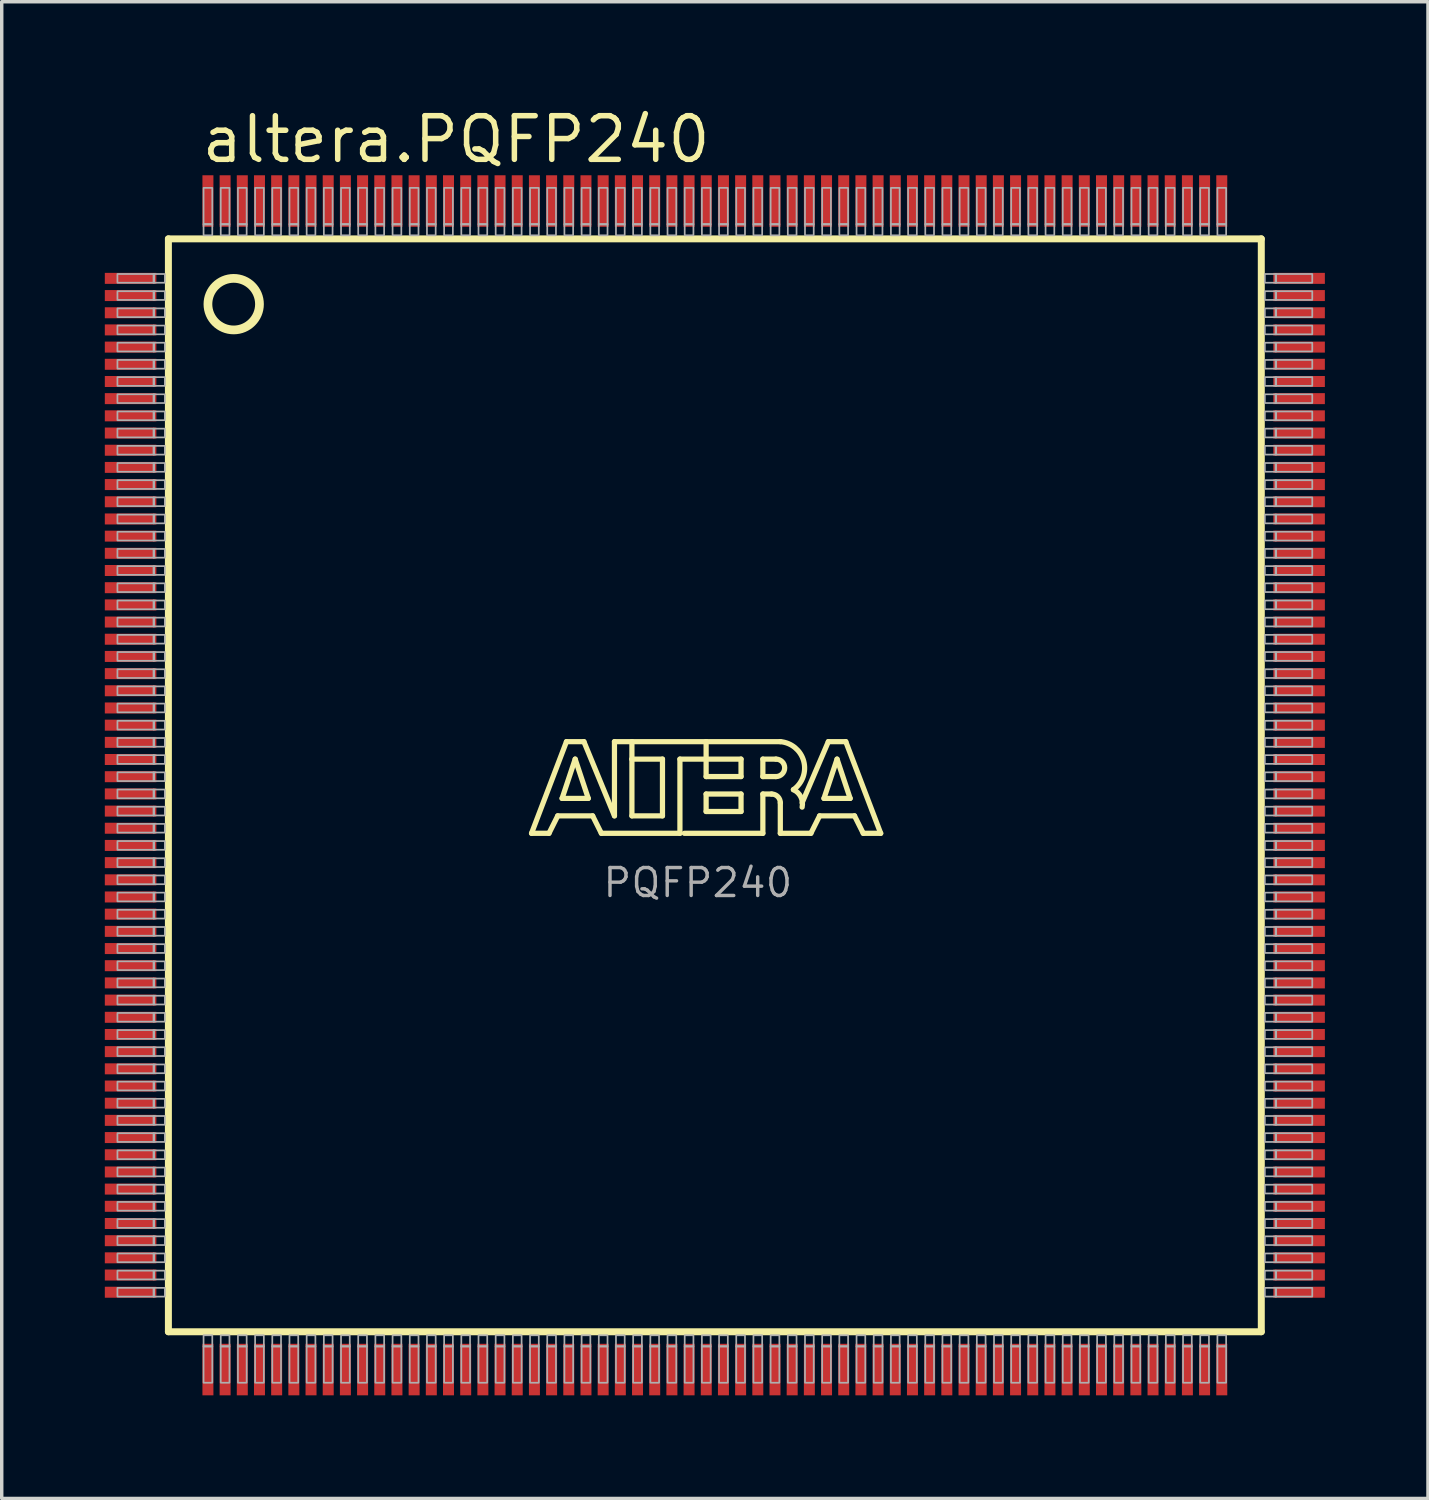
<source format=kicad_pcb>
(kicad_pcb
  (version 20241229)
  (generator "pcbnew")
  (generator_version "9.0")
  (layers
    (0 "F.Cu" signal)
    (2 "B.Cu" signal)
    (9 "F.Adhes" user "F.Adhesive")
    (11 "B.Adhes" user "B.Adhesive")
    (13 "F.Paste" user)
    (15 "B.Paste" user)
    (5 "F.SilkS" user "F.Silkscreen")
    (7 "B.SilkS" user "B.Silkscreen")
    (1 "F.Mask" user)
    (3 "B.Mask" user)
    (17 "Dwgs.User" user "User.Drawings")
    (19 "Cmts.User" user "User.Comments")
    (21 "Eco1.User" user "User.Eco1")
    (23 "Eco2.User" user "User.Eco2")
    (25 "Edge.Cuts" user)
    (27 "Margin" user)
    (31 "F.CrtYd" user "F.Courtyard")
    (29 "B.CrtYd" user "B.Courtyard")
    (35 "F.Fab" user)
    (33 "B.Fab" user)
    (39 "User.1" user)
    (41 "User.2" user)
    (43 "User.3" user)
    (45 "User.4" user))
  (footprint "altera.PQFP240"
    (layer "F.Cu")
    (at 17.75 19.8)
    (property "Reference" "altera.PQFP240" (at -15.01 -18.05 0) (layer "F.SilkS") (effects (font (size 1.27 1.27) (thickness 0.16)) (justify left bottom)))
    (attr smd)
    (fp_line (start -15.9 -15.9) (end -15.9 15.9) (stroke (width 0.203) (type default)) (layer "F.SilkS"))
    (fp_line (start -15.9 15.9) (end 15.9 15.9) (stroke (width 0.203) (type default)) (layer "F.SilkS"))
    (fp_line (start -5.334 1.397) (end -4.318 -1.27) (stroke (width 0.152) (type default)) (layer "F.SilkS"))
    (fp_line (start -4.826 1.397) (end -5.334 1.397) (stroke (width 0.152) (type default)) (layer "F.SilkS"))
    (fp_line (start -4.572 0.889) (end -4.826 1.397) (stroke (width 0.152) (type default)) (layer "F.SilkS"))
    (fp_line (start -4.445 0.381) (end -3.683 0.381) (stroke (width 0.152) (type default)) (layer "F.SilkS"))
    (fp_line (start -4.318 -1.27) (end -3.81 -1.27) (stroke (width 0.152) (type default)) (layer "F.SilkS"))
    (fp_line (start -4.064 -0.762) (end -4.445 0.381) (stroke (width 0.152) (type default)) (layer "F.SilkS"))
    (fp_line (start -3.81 -1.27) (end -2.921 0.889) (stroke (width 0.152) (type default)) (layer "F.SilkS"))
    (fp_line (start -3.683 0.381) (end -4.064 -0.762) (stroke (width 0.152) (type default)) (layer "F.SilkS"))
    (fp_line (start -3.556 0.889) (end -4.572 0.889) (stroke (width 0.152) (type default)) (layer "F.SilkS"))
    (fp_line (start -3.302 1.397) (end -3.556 0.889) (stroke (width 0.152) (type default)) (layer "F.SilkS"))
    (fp_line (start -2.921 -1.27) (end -2.413 -1.27) (stroke (width 0.152) (type default)) (layer "F.SilkS"))
    (fp_line (start -2.921 0.889) (end -2.921 -1.27) (stroke (width 0.152) (type default)) (layer "F.SilkS"))
    (fp_line (start -2.413 -1.27) (end -2.413 -0.762) (stroke (width 0.152) (type default)) (layer "F.SilkS"))
    (fp_line (start -2.413 -1.27) (end -0.254 -1.27) (stroke (width 0.152) (type default)) (layer "F.SilkS"))
    (fp_line (start -2.413 -0.762) (end -2.413 0.889) (stroke (width 0.152) (type default)) (layer "F.SilkS"))
    (fp_line (start -2.413 0.889) (end -1.524 0.889) (stroke (width 0.152) (type default)) (layer "F.SilkS"))
    (fp_line (start -1.524 -0.762) (end -2.413 -0.762) (stroke (width 0.152) (type default)) (layer "F.SilkS"))
    (fp_line (start -1.524 0.889) (end -1.524 -0.762) (stroke (width 0.152) (type default)) (layer "F.SilkS"))
    (fp_line (start -1.016 -0.762) (end -1.016 1.397) (stroke (width 0.152) (type default)) (layer "F.SilkS"))
    (fp_line (start -1.016 1.397) (end -3.302 1.397) (stroke (width 0.152) (type default)) (layer "F.SilkS"))
    (fp_line (start -0.254 -1.27) (end -0.254 -0.762) (stroke (width 0.152) (type default)) (layer "F.SilkS"))
    (fp_line (start -0.254 -1.27) (end 1.905 -1.27) (stroke (width 0.152) (type default)) (layer "F.SilkS"))
    (fp_line (start -0.254 -0.762) (end -1.016 -0.762) (stroke (width 0.152) (type default)) (layer "F.SilkS"))
    (fp_line (start -0.254 -0.762) (end -0.254 -0.254) (stroke (width 0.152) (type default)) (layer "F.SilkS"))
    (fp_line (start -0.254 -0.254) (end 0.762 -0.254) (stroke (width 0.152) (type default)) (layer "F.SilkS"))
    (fp_line (start -0.254 0.254) (end 0.762 0.254) (stroke (width 0.152) (type default)) (layer "F.SilkS"))
    (fp_line (start -0.254 0.762) (end -0.254 0.254) (stroke (width 0.152) (type default)) (layer "F.SilkS"))
    (fp_line (start 0.762 -0.762) (end -0.254 -0.762) (stroke (width 0.152) (type default)) (layer "F.SilkS"))
    (fp_line (start 0.762 -0.254) (end 0.762 -0.762) (stroke (width 0.152) (type default)) (layer "F.SilkS"))
    (fp_line (start 0.762 0.254) (end 0.762 0.762) (stroke (width 0.152) (type default)) (layer "F.SilkS"))
    (fp_line (start 0.762 0.762) (end -0.254 0.762) (stroke (width 0.152) (type default)) (layer "F.SilkS"))
    (fp_line (start 1.397 -0.762) (end 1.397 -0.254) (stroke (width 0.152) (type default)) (layer "F.SilkS"))
    (fp_line (start 1.397 -0.254) (end 1.778 -0.254) (stroke (width 0.152) (type default)) (layer "F.SilkS"))
    (fp_line (start 1.397 0.254) (end 1.397 1.397) (stroke (width 0.152) (type default)) (layer "F.SilkS"))
    (fp_line (start 1.397 0.254) (end 1.651 0.254) (stroke (width 0.152) (type default)) (layer "F.SilkS"))
    (fp_line (start 1.397 1.397) (end -0.889 1.397) (stroke (width 0.152) (type default)) (layer "F.SilkS"))
    (fp_line (start 1.778 -0.762) (end 1.397 -0.762) (stroke (width 0.152) (type default)) (layer "F.SilkS"))
    (fp_line (start 1.905 0.508) (end 1.905 1.397) (stroke (width 0.152) (type default)) (layer "F.SilkS"))
    (fp_line (start 1.905 1.397) (end 2.794 1.397) (stroke (width 0.152) (type default)) (layer "F.SilkS"))
    (fp_line (start 2.794 1.397) (end 3.048 0.889) (stroke (width 0.152) (type default)) (layer "F.SilkS"))
    (fp_line (start 3.048 0.889) (end 4.064 0.889) (stroke (width 0.152) (type default)) (layer "F.SilkS"))
    (fp_line (start 3.175 0.381) (end 3.556 -0.762) (stroke (width 0.152) (type default)) (layer "F.SilkS"))
    (fp_line (start 3.302 -1.27) (end 2.54 0.508) (stroke (width 0.152) (type default)) (layer "F.SilkS"))
    (fp_line (start 3.556 -0.762) (end 3.937 0.381) (stroke (width 0.152) (type default)) (layer "F.SilkS"))
    (fp_line (start 3.81 -1.27) (end 3.302 -1.27) (stroke (width 0.152) (type default)) (layer "F.SilkS"))
    (fp_line (start 3.937 0.381) (end 3.175 0.381) (stroke (width 0.152) (type default)) (layer "F.SilkS"))
    (fp_line (start 4.064 0.889) (end 4.318 1.397) (stroke (width 0.152) (type default)) (layer "F.SilkS"))
    (fp_line (start 4.318 1.397) (end 4.826 1.397) (stroke (width 0.152) (type default)) (layer "F.SilkS"))
    (fp_line (start 4.826 1.397) (end 3.81 -1.27) (stroke (width 0.152) (type default)) (layer "F.SilkS"))
    (fp_line (start 15.9 -15.9) (end -15.9 -15.9) (stroke (width 0.203) (type default)) (layer "F.SilkS"))
    (fp_line (start 15.9 15.9) (end 15.9 -15.9) (stroke (width 0.203) (type default)) (layer "F.SilkS"))
    (fp_arc (start 1.651 0.254) (mid 1.830605 0.328395) (end 1.905 0.508) (stroke (width 0.1524) (type default)) (layer "F.SilkS"))
    (fp_arc (start 1.778 -0.762) (mid 2.032 -0.508) (end 1.778 -0.254) (stroke (width 0.1524) (type default)) (layer "F.SilkS"))
    (fp_arc (start 1.905 -1.27) (mid 2.585094 -0.70463) (end 2.2861 0.1277) (stroke (width 0.1524) (type default)) (layer "F.SilkS"))
    (fp_arc (start 2.286 0.127) (mid 2.501981 0.336487) (end 2.5397 0.635) (stroke (width 0.1524) (type default)) (layer "F.SilkS"))
    (fp_circle (center -14 -14) (end -13.25 -14) (stroke (width 0.254) (type default)) (fill no) (layer "F.SilkS"))
    (fp_rect (start -17.383 -14.623) (end -16.316 -14.877) (stroke (width 0.05) (type default)) (fill no) (layer "F.Fab"))
    (fp_rect (start -17.383 -14.123) (end -16.316 -14.377) (stroke (width 0.05) (type default)) (fill no) (layer "F.Fab"))
    (fp_rect (start -17.383 -13.623) (end -16.316 -13.877) (stroke (width 0.05) (type default)) (fill no) (layer "F.Fab"))
    (fp_rect (start -17.383 -13.123) (end -16.316 -13.377) (stroke (width 0.05) (type default)) (fill no) (layer "F.Fab"))
    (fp_rect (start -17.383 -12.623) (end -16.316 -12.877) (stroke (width 0.05) (type default)) (fill no) (layer "F.Fab"))
    (fp_rect (start -17.383 -12.123) (end -16.316 -12.377) (stroke (width 0.05) (type default)) (fill no) (layer "F.Fab"))
    (fp_rect (start -17.383 -11.623) (end -16.316 -11.877) (stroke (width 0.05) (type default)) (fill no) (layer "F.Fab"))
    (fp_rect (start -17.383 -11.123) (end -16.316 -11.377) (stroke (width 0.05) (type default)) (fill no) (layer "F.Fab"))
    (fp_rect (start -17.383 -10.623) (end -16.316 -10.877) (stroke (width 0.05) (type default)) (fill no) (layer "F.Fab"))
    (fp_rect (start -17.383 -10.123) (end -16.316 -10.377) (stroke (width 0.05) (type default)) (fill no) (layer "F.Fab"))
    (fp_rect (start -17.383 -9.623) (end -16.316 -9.877) (stroke (width 0.05) (type default)) (fill no) (layer "F.Fab"))
    (fp_rect (start -17.383 -9.123) (end -16.316 -9.377) (stroke (width 0.05) (type default)) (fill no) (layer "F.Fab"))
    (fp_rect (start -17.383 -8.623) (end -16.316 -8.877) (stroke (width 0.05) (type default)) (fill no) (layer "F.Fab"))
    (fp_rect (start -17.383 -8.123) (end -16.316 -8.377) (stroke (width 0.05) (type default)) (fill no) (layer "F.Fab"))
    (fp_rect (start -17.383 -7.623) (end -16.316 -7.877) (stroke (width 0.05) (type default)) (fill no) (layer "F.Fab"))
    (fp_rect (start -17.383 -7.123) (end -16.316 -7.377) (stroke (width 0.05) (type default)) (fill no) (layer "F.Fab"))
    (fp_rect (start -17.383 -6.623) (end -16.316 -6.877) (stroke (width 0.05) (type default)) (fill no) (layer "F.Fab"))
    (fp_rect (start -17.383 -6.123) (end -16.316 -6.377) (stroke (width 0.05) (type default)) (fill no) (layer "F.Fab"))
    (fp_rect (start -17.383 -5.623) (end -16.316 -5.877) (stroke (width 0.05) (type default)) (fill no) (layer "F.Fab"))
    (fp_rect (start -17.383 -5.123) (end -16.316 -5.377) (stroke (width 0.05) (type default)) (fill no) (layer "F.Fab"))
    (fp_rect (start -17.383 -4.623) (end -16.316 -4.877) (stroke (width 0.05) (type default)) (fill no) (layer "F.Fab"))
    (fp_rect (start -17.383 -4.123) (end -16.316 -4.377) (stroke (width 0.05) (type default)) (fill no) (layer "F.Fab"))
    (fp_rect (start -17.383 -3.623) (end -16.316 -3.877) (stroke (width 0.05) (type default)) (fill no) (layer "F.Fab"))
    (fp_rect (start -17.383 -3.123) (end -16.316 -3.377) (stroke (width 0.05) (type default)) (fill no) (layer "F.Fab"))
    (fp_rect (start -17.383 -2.623) (end -16.316 -2.877) (stroke (width 0.05) (type default)) (fill no) (layer "F.Fab"))
    (fp_rect (start -17.383 -2.123) (end -16.316 -2.377) (stroke (width 0.05) (type default)) (fill no) (layer "F.Fab"))
    (fp_rect (start -17.383 -1.623) (end -16.316 -1.877) (stroke (width 0.05) (type default)) (fill no) (layer "F.Fab"))
    (fp_rect (start -17.383 -1.123) (end -16.316 -1.377) (stroke (width 0.05) (type default)) (fill no) (layer "F.Fab"))
    (fp_rect (start -17.383 -0.623) (end -16.316 -0.877) (stroke (width 0.05) (type default)) (fill no) (layer "F.Fab"))
    (fp_rect (start -17.383 -0.123) (end -16.316 -0.377) (stroke (width 0.05) (type default)) (fill no) (layer "F.Fab"))
    (fp_rect (start -17.383 0.377) (end -16.316 0.123) (stroke (width 0.05) (type default)) (fill no) (layer "F.Fab"))
    (fp_rect (start -17.383 0.877) (end -16.316 0.623) (stroke (width 0.05) (type default)) (fill no) (layer "F.Fab"))
    (fp_rect (start -17.383 1.377) (end -16.316 1.123) (stroke (width 0.05) (type default)) (fill no) (layer "F.Fab"))
    (fp_rect (start -17.383 1.877) (end -16.316 1.623) (stroke (width 0.05) (type default)) (fill no) (layer "F.Fab"))
    (fp_rect (start -17.383 2.377) (end -16.316 2.123) (stroke (width 0.05) (type default)) (fill no) (layer "F.Fab"))
    (fp_rect (start -17.383 2.877) (end -16.316 2.623) (stroke (width 0.05) (type default)) (fill no) (layer "F.Fab"))
    (fp_rect (start -17.383 3.377) (end -16.316 3.123) (stroke (width 0.05) (type default)) (fill no) (layer "F.Fab"))
    (fp_rect (start -17.383 3.877) (end -16.316 3.623) (stroke (width 0.05) (type default)) (fill no) (layer "F.Fab"))
    (fp_rect (start -17.383 4.377) (end -16.316 4.123) (stroke (width 0.05) (type default)) (fill no) (layer "F.Fab"))
    (fp_rect (start -17.383 4.877) (end -16.316 4.623) (stroke (width 0.05) (type default)) (fill no) (layer "F.Fab"))
    (fp_rect (start -17.383 5.377) (end -16.316 5.123) (stroke (width 0.05) (type default)) (fill no) (layer "F.Fab"))
    (fp_rect (start -17.383 5.877) (end -16.316 5.623) (stroke (width 0.05) (type default)) (fill no) (layer "F.Fab"))
    (fp_rect (start -17.383 6.377) (end -16.316 6.123) (stroke (width 0.05) (type default)) (fill no) (layer "F.Fab"))
    (fp_rect (start -17.383 6.877) (end -16.316 6.623) (stroke (width 0.05) (type default)) (fill no) (layer "F.Fab"))
    (fp_rect (start -17.383 7.377) (end -16.316 7.123) (stroke (width 0.05) (type default)) (fill no) (layer "F.Fab"))
    (fp_rect (start -17.383 7.877) (end -16.316 7.623) (stroke (width 0.05) (type default)) (fill no) (layer "F.Fab"))
    (fp_rect (start -17.383 8.377) (end -16.316 8.123) (stroke (width 0.05) (type default)) (fill no) (layer "F.Fab"))
    (fp_rect (start -17.383 8.877) (end -16.316 8.623) (stroke (width 0.05) (type default)) (fill no) (layer "F.Fab"))
    (fp_rect (start -17.383 9.377) (end -16.316 9.123) (stroke (width 0.05) (type default)) (fill no) (layer "F.Fab"))
    (fp_rect (start -17.383 9.877) (end -16.316 9.623) (stroke (width 0.05) (type default)) (fill no) (layer "F.Fab"))
    (fp_rect (start -17.383 10.377) (end -16.316 10.123) (stroke (width 0.05) (type default)) (fill no) (layer "F.Fab"))
    (fp_rect (start -17.383 10.877) (end -16.316 10.623) (stroke (width 0.05) (type default)) (fill no) (layer "F.Fab"))
    (fp_rect (start -17.383 11.377) (end -16.316 11.123) (stroke (width 0.05) (type default)) (fill no) (layer "F.Fab"))
    (fp_rect (start -17.383 11.877) (end -16.316 11.623) (stroke (width 0.05) (type default)) (fill no) (layer "F.Fab"))
    (fp_rect (start -17.383 12.377) (end -16.316 12.123) (stroke (width 0.05) (type default)) (fill no) (layer "F.Fab"))
    (fp_rect (start -17.383 12.877) (end -16.316 12.623) (stroke (width 0.05) (type default)) (fill no) (layer "F.Fab"))
    (fp_rect (start -17.383 13.377) (end -16.316 13.123) (stroke (width 0.05) (type default)) (fill no) (layer "F.Fab"))
    (fp_rect (start -17.383 13.877) (end -16.316 13.623) (stroke (width 0.05) (type default)) (fill no) (layer "F.Fab"))
    (fp_rect (start -17.383 14.377) (end -16.316 14.123) (stroke (width 0.05) (type default)) (fill no) (layer "F.Fab"))
    (fp_rect (start -17.383 14.877) (end -16.316 14.623) (stroke (width 0.05) (type default)) (fill no) (layer "F.Fab"))
    (fp_rect (start -16.333 -14.623) (end -16.003 -14.877) (stroke (width 0.05) (type default)) (fill no) (layer "F.Fab"))
    (fp_rect (start -16.333 -14.123) (end -16.003 -14.377) (stroke (width 0.05) (type default)) (fill no) (layer "F.Fab"))
    (fp_rect (start -16.333 -13.623) (end -16.003 -13.877) (stroke (width 0.05) (type default)) (fill no) (layer "F.Fab"))
    (fp_rect (start -16.333 -13.123) (end -16.003 -13.377) (stroke (width 0.05) (type default)) (fill no) (layer "F.Fab"))
    (fp_rect (start -16.333 -12.623) (end -16.003 -12.877) (stroke (width 0.05) (type default)) (fill no) (layer "F.Fab"))
    (fp_rect (start -16.333 -12.123) (end -16.003 -12.377) (stroke (width 0.05) (type default)) (fill no) (layer "F.Fab"))
    (fp_rect (start -16.333 -11.623) (end -16.003 -11.877) (stroke (width 0.05) (type default)) (fill no) (layer "F.Fab"))
    (fp_rect (start -16.333 -11.123) (end -16.003 -11.377) (stroke (width 0.05) (type default)) (fill no) (layer "F.Fab"))
    (fp_rect (start -16.333 -10.623) (end -16.003 -10.877) (stroke (width 0.05) (type default)) (fill no) (layer "F.Fab"))
    (fp_rect (start -16.333 -10.123) (end -16.003 -10.377) (stroke (width 0.05) (type default)) (fill no) (layer "F.Fab"))
    (fp_rect (start -16.333 -9.623) (end -16.003 -9.877) (stroke (width 0.05) (type default)) (fill no) (layer "F.Fab"))
    (fp_rect (start -16.333 -9.123) (end -16.003 -9.377) (stroke (width 0.05) (type default)) (fill no) (layer "F.Fab"))
    (fp_rect (start -16.333 -8.623) (end -16.003 -8.877) (stroke (width 0.05) (type default)) (fill no) (layer "F.Fab"))
    (fp_rect (start -16.333 -8.123) (end -16.003 -8.377) (stroke (width 0.05) (type default)) (fill no) (layer "F.Fab"))
    (fp_rect (start -16.333 -7.623) (end -16.003 -7.877) (stroke (width 0.05) (type default)) (fill no) (layer "F.Fab"))
    (fp_rect (start -16.333 -7.123) (end -16.003 -7.377) (stroke (width 0.05) (type default)) (fill no) (layer "F.Fab"))
    (fp_rect (start -16.333 -6.623) (end -16.003 -6.877) (stroke (width 0.05) (type default)) (fill no) (layer "F.Fab"))
    (fp_rect (start -16.333 -6.123) (end -16.003 -6.377) (stroke (width 0.05) (type default)) (fill no) (layer "F.Fab"))
    (fp_rect (start -16.333 -5.623) (end -16.003 -5.877) (stroke (width 0.05) (type default)) (fill no) (layer "F.Fab"))
    (fp_rect (start -16.333 -5.123) (end -16.003 -5.377) (stroke (width 0.05) (type default)) (fill no) (layer "F.Fab"))
    (fp_rect (start -16.333 -4.623) (end -16.003 -4.877) (stroke (width 0.05) (type default)) (fill no) (layer "F.Fab"))
    (fp_rect (start -16.333 -4.123) (end -16.003 -4.377) (stroke (width 0.05) (type default)) (fill no) (layer "F.Fab"))
    (fp_rect (start -16.333 -3.623) (end -16.003 -3.877) (stroke (width 0.05) (type default)) (fill no) (layer "F.Fab"))
    (fp_rect (start -16.333 -3.123) (end -16.003 -3.377) (stroke (width 0.05) (type default)) (fill no) (layer "F.Fab"))
    (fp_rect (start -16.333 -2.623) (end -16.003 -2.877) (stroke (width 0.05) (type default)) (fill no) (layer "F.Fab"))
    (fp_rect (start -16.333 -2.123) (end -16.003 -2.377) (stroke (width 0.05) (type default)) (fill no) (layer "F.Fab"))
    (fp_rect (start -16.333 -1.623) (end -16.003 -1.877) (stroke (width 0.05) (type default)) (fill no) (layer "F.Fab"))
    (fp_rect (start -16.333 -1.123) (end -16.003 -1.377) (stroke (width 0.05) (type default)) (fill no) (layer "F.Fab"))
    (fp_rect (start -16.333 -0.623) (end -16.003 -0.877) (stroke (width 0.05) (type default)) (fill no) (layer "F.Fab"))
    (fp_rect (start -16.333 -0.123) (end -16.003 -0.377) (stroke (width 0.05) (type default)) (fill no) (layer "F.Fab"))
    (fp_rect (start -16.333 0.377) (end -16.003 0.123) (stroke (width 0.05) (type default)) (fill no) (layer "F.Fab"))
    (fp_rect (start -16.333 0.877) (end -16.003 0.623) (stroke (width 0.05) (type default)) (fill no) (layer "F.Fab"))
    (fp_rect (start -16.333 1.377) (end -16.003 1.123) (stroke (width 0.05) (type default)) (fill no) (layer "F.Fab"))
    (fp_rect (start -16.333 1.877) (end -16.003 1.623) (stroke (width 0.05) (type default)) (fill no) (layer "F.Fab"))
    (fp_rect (start -16.333 2.377) (end -16.003 2.123) (stroke (width 0.05) (type default)) (fill no) (layer "F.Fab"))
    (fp_rect (start -16.333 2.877) (end -16.003 2.623) (stroke (width 0.05) (type default)) (fill no) (layer "F.Fab"))
    (fp_rect (start -16.333 3.377) (end -16.003 3.123) (stroke (width 0.05) (type default)) (fill no) (layer "F.Fab"))
    (fp_rect (start -16.333 3.877) (end -16.003 3.623) (stroke (width 0.05) (type default)) (fill no) (layer "F.Fab"))
    (fp_rect (start -16.333 4.377) (end -16.003 4.123) (stroke (width 0.05) (type default)) (fill no) (layer "F.Fab"))
    (fp_rect (start -16.333 4.877) (end -16.003 4.623) (stroke (width 0.05) (type default)) (fill no) (layer "F.Fab"))
    (fp_rect (start -16.333 5.377) (end -16.003 5.123) (stroke (width 0.05) (type default)) (fill no) (layer "F.Fab"))
    (fp_rect (start -16.333 5.877) (end -16.003 5.623) (stroke (width 0.05) (type default)) (fill no) (layer "F.Fab"))
    (fp_rect (start -16.333 6.377) (end -16.003 6.123) (stroke (width 0.05) (type default)) (fill no) (layer "F.Fab"))
    (fp_rect (start -16.333 6.877) (end -16.003 6.623) (stroke (width 0.05) (type default)) (fill no) (layer "F.Fab"))
    (fp_rect (start -16.333 7.377) (end -16.003 7.123) (stroke (width 0.05) (type default)) (fill no) (layer "F.Fab"))
    (fp_rect (start -16.333 7.877) (end -16.003 7.623) (stroke (width 0.05) (type default)) (fill no) (layer "F.Fab"))
    (fp_rect (start -16.333 8.377) (end -16.003 8.123) (stroke (width 0.05) (type default)) (fill no) (layer "F.Fab"))
    (fp_rect (start -16.333 8.877) (end -16.003 8.623) (stroke (width 0.05) (type default)) (fill no) (layer "F.Fab"))
    (fp_rect (start -16.333 9.377) (end -16.003 9.123) (stroke (width 0.05) (type default)) (fill no) (layer "F.Fab"))
    (fp_rect (start -16.333 9.877) (end -16.003 9.623) (stroke (width 0.05) (type default)) (fill no) (layer "F.Fab"))
    (fp_rect (start -16.333 10.377) (end -16.003 10.123) (stroke (width 0.05) (type default)) (fill no) (layer "F.Fab"))
    (fp_rect (start -16.333 10.877) (end -16.003 10.623) (stroke (width 0.05) (type default)) (fill no) (layer "F.Fab"))
    (fp_rect (start -16.333 11.377) (end -16.003 11.123) (stroke (width 0.05) (type default)) (fill no) (layer "F.Fab"))
    (fp_rect (start -16.333 11.877) (end -16.003 11.623) (stroke (width 0.05) (type default)) (fill no) (layer "F.Fab"))
    (fp_rect (start -16.333 12.377) (end -16.003 12.123) (stroke (width 0.05) (type default)) (fill no) (layer "F.Fab"))
    (fp_rect (start -16.333 12.877) (end -16.003 12.623) (stroke (width 0.05) (type default)) (fill no) (layer "F.Fab"))
    (fp_rect (start -16.333 13.377) (end -16.003 13.123) (stroke (width 0.05) (type default)) (fill no) (layer "F.Fab"))
    (fp_rect (start -16.333 13.877) (end -16.003 13.623) (stroke (width 0.05) (type default)) (fill no) (layer "F.Fab"))
    (fp_rect (start -16.333 14.377) (end -16.003 14.123) (stroke (width 0.05) (type default)) (fill no) (layer "F.Fab"))
    (fp_rect (start -16.333 14.877) (end -16.003 14.623) (stroke (width 0.05) (type default)) (fill no) (layer "F.Fab"))
    (fp_rect (start -14.877 -16.316) (end -14.623 -17.383) (stroke (width 0.05) (type default)) (fill no) (layer "F.Fab"))
    (fp_rect (start -14.877 -16.003) (end -14.623 -16.333) (stroke (width 0.05) (type default)) (fill no) (layer "F.Fab"))
    (fp_rect (start -14.877 16.333) (end -14.623 16.003) (stroke (width 0.05) (type default)) (fill no) (layer "F.Fab"))
    (fp_rect (start -14.877 17.383) (end -14.623 16.316) (stroke (width 0.05) (type default)) (fill no) (layer "F.Fab"))
    (fp_rect (start -14.377 -16.316) (end -14.123 -17.383) (stroke (width 0.05) (type default)) (fill no) (layer "F.Fab"))
    (fp_rect (start -14.377 -16.003) (end -14.123 -16.333) (stroke (width 0.05) (type default)) (fill no) (layer "F.Fab"))
    (fp_rect (start -14.377 16.333) (end -14.123 16.003) (stroke (width 0.05) (type default)) (fill no) (layer "F.Fab"))
    (fp_rect (start -14.377 17.383) (end -14.123 16.316) (stroke (width 0.05) (type default)) (fill no) (layer "F.Fab"))
    (fp_rect (start -13.877 -16.316) (end -13.623 -17.383) (stroke (width 0.05) (type default)) (fill no) (layer "F.Fab"))
    (fp_rect (start -13.877 -16.003) (end -13.623 -16.333) (stroke (width 0.05) (type default)) (fill no) (layer "F.Fab"))
    (fp_rect (start -13.877 16.333) (end -13.623 16.003) (stroke (width 0.05) (type default)) (fill no) (layer "F.Fab"))
    (fp_rect (start -13.877 17.383) (end -13.623 16.316) (stroke (width 0.05) (type default)) (fill no) (layer "F.Fab"))
    (fp_rect (start -13.377 -16.316) (end -13.123 -17.383) (stroke (width 0.05) (type default)) (fill no) (layer "F.Fab"))
    (fp_rect (start -13.377 -16.003) (end -13.123 -16.333) (stroke (width 0.05) (type default)) (fill no) (layer "F.Fab"))
    (fp_rect (start -13.377 16.333) (end -13.123 16.003) (stroke (width 0.05) (type default)) (fill no) (layer "F.Fab"))
    (fp_rect (start -13.377 17.383) (end -13.123 16.316) (stroke (width 0.05) (type default)) (fill no) (layer "F.Fab"))
    (fp_rect (start -12.877 -16.316) (end -12.623 -17.383) (stroke (width 0.05) (type default)) (fill no) (layer "F.Fab"))
    (fp_rect (start -12.877 -16.003) (end -12.623 -16.333) (stroke (width 0.05) (type default)) (fill no) (layer "F.Fab"))
    (fp_rect (start -12.877 16.333) (end -12.623 16.003) (stroke (width 0.05) (type default)) (fill no) (layer "F.Fab"))
    (fp_rect (start -12.877 17.383) (end -12.623 16.316) (stroke (width 0.05) (type default)) (fill no) (layer "F.Fab"))
    (fp_rect (start -12.377 -16.316) (end -12.123 -17.383) (stroke (width 0.05) (type default)) (fill no) (layer "F.Fab"))
    (fp_rect (start -12.377 -16.003) (end -12.123 -16.333) (stroke (width 0.05) (type default)) (fill no) (layer "F.Fab"))
    (fp_rect (start -12.377 16.333) (end -12.123 16.003) (stroke (width 0.05) (type default)) (fill no) (layer "F.Fab"))
    (fp_rect (start -12.377 17.383) (end -12.123 16.316) (stroke (width 0.05) (type default)) (fill no) (layer "F.Fab"))
    (fp_rect (start -11.877 -16.316) (end -11.623 -17.383) (stroke (width 0.05) (type default)) (fill no) (layer "F.Fab"))
    (fp_rect (start -11.877 -16.003) (end -11.623 -16.333) (stroke (width 0.05) (type default)) (fill no) (layer "F.Fab"))
    (fp_rect (start -11.877 16.333) (end -11.623 16.003) (stroke (width 0.05) (type default)) (fill no) (layer "F.Fab"))
    (fp_rect (start -11.877 17.383) (end -11.623 16.316) (stroke (width 0.05) (type default)) (fill no) (layer "F.Fab"))
    (fp_rect (start -11.377 -16.316) (end -11.123 -17.383) (stroke (width 0.05) (type default)) (fill no) (layer "F.Fab"))
    (fp_rect (start -11.377 -16.003) (end -11.123 -16.333) (stroke (width 0.05) (type default)) (fill no) (layer "F.Fab"))
    (fp_rect (start -11.377 16.333) (end -11.123 16.003) (stroke (width 0.05) (type default)) (fill no) (layer "F.Fab"))
    (fp_rect (start -11.377 17.383) (end -11.123 16.316) (stroke (width 0.05) (type default)) (fill no) (layer "F.Fab"))
    (fp_rect (start -10.877 -16.316) (end -10.623 -17.383) (stroke (width 0.05) (type default)) (fill no) (layer "F.Fab"))
    (fp_rect (start -10.877 -16.003) (end -10.623 -16.333) (stroke (width 0.05) (type default)) (fill no) (layer "F.Fab"))
    (fp_rect (start -10.877 16.333) (end -10.623 16.003) (stroke (width 0.05) (type default)) (fill no) (layer "F.Fab"))
    (fp_rect (start -10.877 17.383) (end -10.623 16.316) (stroke (width 0.05) (type default)) (fill no) (layer "F.Fab"))
    (fp_rect (start -10.377 -16.316) (end -10.123 -17.383) (stroke (width 0.05) (type default)) (fill no) (layer "F.Fab"))
    (fp_rect (start -10.377 -16.003) (end -10.123 -16.333) (stroke (width 0.05) (type default)) (fill no) (layer "F.Fab"))
    (fp_rect (start -10.377 16.333) (end -10.123 16.003) (stroke (width 0.05) (type default)) (fill no) (layer "F.Fab"))
    (fp_rect (start -10.377 17.383) (end -10.123 16.316) (stroke (width 0.05) (type default)) (fill no) (layer "F.Fab"))
    (fp_rect (start -9.877 -16.316) (end -9.623 -17.383) (stroke (width 0.05) (type default)) (fill no) (layer "F.Fab"))
    (fp_rect (start -9.877 -16.003) (end -9.623 -16.333) (stroke (width 0.05) (type default)) (fill no) (layer "F.Fab"))
    (fp_rect (start -9.877 16.333) (end -9.623 16.003) (stroke (width 0.05) (type default)) (fill no) (layer "F.Fab"))
    (fp_rect (start -9.877 17.383) (end -9.623 16.316) (stroke (width 0.05) (type default)) (fill no) (layer "F.Fab"))
    (fp_rect (start -9.377 -16.316) (end -9.123 -17.383) (stroke (width 0.05) (type default)) (fill no) (layer "F.Fab"))
    (fp_rect (start -9.377 -16.003) (end -9.123 -16.333) (stroke (width 0.05) (type default)) (fill no) (layer "F.Fab"))
    (fp_rect (start -9.377 16.333) (end -9.123 16.003) (stroke (width 0.05) (type default)) (fill no) (layer "F.Fab"))
    (fp_rect (start -9.377 17.383) (end -9.123 16.316) (stroke (width 0.05) (type default)) (fill no) (layer "F.Fab"))
    (fp_rect (start -8.877 -16.316) (end -8.623 -17.383) (stroke (width 0.05) (type default)) (fill no) (layer "F.Fab"))
    (fp_rect (start -8.877 -16.003) (end -8.623 -16.333) (stroke (width 0.05) (type default)) (fill no) (layer "F.Fab"))
    (fp_rect (start -8.877 16.333) (end -8.623 16.003) (stroke (width 0.05) (type default)) (fill no) (layer "F.Fab"))
    (fp_rect (start -8.877 17.383) (end -8.623 16.316) (stroke (width 0.05) (type default)) (fill no) (layer "F.Fab"))
    (fp_rect (start -8.377 -16.316) (end -8.123 -17.383) (stroke (width 0.05) (type default)) (fill no) (layer "F.Fab"))
    (fp_rect (start -8.377 -16.003) (end -8.123 -16.333) (stroke (width 0.05) (type default)) (fill no) (layer "F.Fab"))
    (fp_rect (start -8.377 16.333) (end -8.123 16.003) (stroke (width 0.05) (type default)) (fill no) (layer "F.Fab"))
    (fp_rect (start -8.377 17.383) (end -8.123 16.316) (stroke (width 0.05) (type default)) (fill no) (layer "F.Fab"))
    (fp_rect (start -7.877 -16.316) (end -7.623 -17.383) (stroke (width 0.05) (type default)) (fill no) (layer "F.Fab"))
    (fp_rect (start -7.877 -16.003) (end -7.623 -16.333) (stroke (width 0.05) (type default)) (fill no) (layer "F.Fab"))
    (fp_rect (start -7.877 16.333) (end -7.623 16.003) (stroke (width 0.05) (type default)) (fill no) (layer "F.Fab"))
    (fp_rect (start -7.877 17.383) (end -7.623 16.316) (stroke (width 0.05) (type default)) (fill no) (layer "F.Fab"))
    (fp_rect (start -7.377 -16.316) (end -7.123 -17.383) (stroke (width 0.05) (type default)) (fill no) (layer "F.Fab"))
    (fp_rect (start -7.377 -16.003) (end -7.123 -16.333) (stroke (width 0.05) (type default)) (fill no) (layer "F.Fab"))
    (fp_rect (start -7.377 16.333) (end -7.123 16.003) (stroke (width 0.05) (type default)) (fill no) (layer "F.Fab"))
    (fp_rect (start -7.377 17.383) (end -7.123 16.316) (stroke (width 0.05) (type default)) (fill no) (layer "F.Fab"))
    (fp_rect (start -6.877 -16.316) (end -6.623 -17.383) (stroke (width 0.05) (type default)) (fill no) (layer "F.Fab"))
    (fp_rect (start -6.877 -16.003) (end -6.623 -16.333) (stroke (width 0.05) (type default)) (fill no) (layer "F.Fab"))
    (fp_rect (start -6.877 16.333) (end -6.623 16.003) (stroke (width 0.05) (type default)) (fill no) (layer "F.Fab"))
    (fp_rect (start -6.877 17.383) (end -6.623 16.316) (stroke (width 0.05) (type default)) (fill no) (layer "F.Fab"))
    (fp_rect (start -6.377 -16.316) (end -6.123 -17.383) (stroke (width 0.05) (type default)) (fill no) (layer "F.Fab"))
    (fp_rect (start -6.377 -16.003) (end -6.123 -16.333) (stroke (width 0.05) (type default)) (fill no) (layer "F.Fab"))
    (fp_rect (start -6.377 16.333) (end -6.123 16.003) (stroke (width 0.05) (type default)) (fill no) (layer "F.Fab"))
    (fp_rect (start -6.377 17.383) (end -6.123 16.316) (stroke (width 0.05) (type default)) (fill no) (layer "F.Fab"))
    (fp_rect (start -5.877 -16.316) (end -5.623 -17.383) (stroke (width 0.05) (type default)) (fill no) (layer "F.Fab"))
    (fp_rect (start -5.877 -16.003) (end -5.623 -16.333) (stroke (width 0.05) (type default)) (fill no) (layer "F.Fab"))
    (fp_rect (start -5.877 16.333) (end -5.623 16.003) (stroke (width 0.05) (type default)) (fill no) (layer "F.Fab"))
    (fp_rect (start -5.877 17.383) (end -5.623 16.316) (stroke (width 0.05) (type default)) (fill no) (layer "F.Fab"))
    (fp_rect (start -5.377 -16.316) (end -5.123 -17.383) (stroke (width 0.05) (type default)) (fill no) (layer "F.Fab"))
    (fp_rect (start -5.377 -16.003) (end -5.123 -16.333) (stroke (width 0.05) (type default)) (fill no) (layer "F.Fab"))
    (fp_rect (start -5.377 16.333) (end -5.123 16.003) (stroke (width 0.05) (type default)) (fill no) (layer "F.Fab"))
    (fp_rect (start -5.377 17.383) (end -5.123 16.316) (stroke (width 0.05) (type default)) (fill no) (layer "F.Fab"))
    (fp_rect (start -4.877 -16.316) (end -4.623 -17.383) (stroke (width 0.05) (type default)) (fill no) (layer "F.Fab"))
    (fp_rect (start -4.877 -16.003) (end -4.623 -16.333) (stroke (width 0.05) (type default)) (fill no) (layer "F.Fab"))
    (fp_rect (start -4.877 16.333) (end -4.623 16.003) (stroke (width 0.05) (type default)) (fill no) (layer "F.Fab"))
    (fp_rect (start -4.877 17.383) (end -4.623 16.316) (stroke (width 0.05) (type default)) (fill no) (layer "F.Fab"))
    (fp_rect (start -4.377 -16.316) (end -4.123 -17.383) (stroke (width 0.05) (type default)) (fill no) (layer "F.Fab"))
    (fp_rect (start -4.377 -16.003) (end -4.123 -16.333) (stroke (width 0.05) (type default)) (fill no) (layer "F.Fab"))
    (fp_rect (start -4.377 16.333) (end -4.123 16.003) (stroke (width 0.05) (type default)) (fill no) (layer "F.Fab"))
    (fp_rect (start -4.377 17.383) (end -4.123 16.316) (stroke (width 0.05) (type default)) (fill no) (layer "F.Fab"))
    (fp_rect (start -3.877 -16.316) (end -3.623 -17.383) (stroke (width 0.05) (type default)) (fill no) (layer "F.Fab"))
    (fp_rect (start -3.877 -16.003) (end -3.623 -16.333) (stroke (width 0.05) (type default)) (fill no) (layer "F.Fab"))
    (fp_rect (start -3.877 16.333) (end -3.623 16.003) (stroke (width 0.05) (type default)) (fill no) (layer "F.Fab"))
    (fp_rect (start -3.877 17.383) (end -3.623 16.316) (stroke (width 0.05) (type default)) (fill no) (layer "F.Fab"))
    (fp_rect (start -3.377 -16.316) (end -3.123 -17.383) (stroke (width 0.05) (type default)) (fill no) (layer "F.Fab"))
    (fp_rect (start -3.377 -16.003) (end -3.123 -16.333) (stroke (width 0.05) (type default)) (fill no) (layer "F.Fab"))
    (fp_rect (start -3.377 16.333) (end -3.123 16.003) (stroke (width 0.05) (type default)) (fill no) (layer "F.Fab"))
    (fp_rect (start -3.377 17.383) (end -3.123 16.316) (stroke (width 0.05) (type default)) (fill no) (layer "F.Fab"))
    (fp_rect (start -2.877 -16.316) (end -2.623 -17.383) (stroke (width 0.05) (type default)) (fill no) (layer "F.Fab"))
    (fp_rect (start -2.877 -16.003) (end -2.623 -16.333) (stroke (width 0.05) (type default)) (fill no) (layer "F.Fab"))
    (fp_rect (start -2.877 16.333) (end -2.623 16.003) (stroke (width 0.05) (type default)) (fill no) (layer "F.Fab"))
    (fp_rect (start -2.877 17.383) (end -2.623 16.316) (stroke (width 0.05) (type default)) (fill no) (layer "F.Fab"))
    (fp_rect (start -2.377 -16.316) (end -2.123 -17.383) (stroke (width 0.05) (type default)) (fill no) (layer "F.Fab"))
    (fp_rect (start -2.377 -16.003) (end -2.123 -16.333) (stroke (width 0.05) (type default)) (fill no) (layer "F.Fab"))
    (fp_rect (start -2.377 16.333) (end -2.123 16.003) (stroke (width 0.05) (type default)) (fill no) (layer "F.Fab"))
    (fp_rect (start -2.377 17.383) (end -2.123 16.316) (stroke (width 0.05) (type default)) (fill no) (layer "F.Fab"))
    (fp_rect (start -1.877 -16.316) (end -1.623 -17.383) (stroke (width 0.05) (type default)) (fill no) (layer "F.Fab"))
    (fp_rect (start -1.877 -16.003) (end -1.623 -16.333) (stroke (width 0.05) (type default)) (fill no) (layer "F.Fab"))
    (fp_rect (start -1.877 16.333) (end -1.623 16.003) (stroke (width 0.05) (type default)) (fill no) (layer "F.Fab"))
    (fp_rect (start -1.877 17.383) (end -1.623 16.316) (stroke (width 0.05) (type default)) (fill no) (layer "F.Fab"))
    (fp_rect (start -1.377 -16.316) (end -1.123 -17.383) (stroke (width 0.05) (type default)) (fill no) (layer "F.Fab"))
    (fp_rect (start -1.377 -16.003) (end -1.123 -16.333) (stroke (width 0.05) (type default)) (fill no) (layer "F.Fab"))
    (fp_rect (start -1.377 16.333) (end -1.123 16.003) (stroke (width 0.05) (type default)) (fill no) (layer "F.Fab"))
    (fp_rect (start -1.377 17.383) (end -1.123 16.316) (stroke (width 0.05) (type default)) (fill no) (layer "F.Fab"))
    (fp_rect (start -0.877 -16.316) (end -0.623 -17.383) (stroke (width 0.05) (type default)) (fill no) (layer "F.Fab"))
    (fp_rect (start -0.877 -16.003) (end -0.623 -16.333) (stroke (width 0.05) (type default)) (fill no) (layer "F.Fab"))
    (fp_rect (start -0.877 16.333) (end -0.623 16.003) (stroke (width 0.05) (type default)) (fill no) (layer "F.Fab"))
    (fp_rect (start -0.877 17.383) (end -0.623 16.316) (stroke (width 0.05) (type default)) (fill no) (layer "F.Fab"))
    (fp_rect (start -0.377 -16.316) (end -0.123 -17.383) (stroke (width 0.05) (type default)) (fill no) (layer "F.Fab"))
    (fp_rect (start -0.377 -16.003) (end -0.123 -16.333) (stroke (width 0.05) (type default)) (fill no) (layer "F.Fab"))
    (fp_rect (start -0.377 16.333) (end -0.123 16.003) (stroke (width 0.05) (type default)) (fill no) (layer "F.Fab"))
    (fp_rect (start -0.377 17.383) (end -0.123 16.316) (stroke (width 0.05) (type default)) (fill no) (layer "F.Fab"))
    (fp_rect (start 0.123 -16.316) (end 0.377 -17.383) (stroke (width 0.05) (type default)) (fill no) (layer "F.Fab"))
    (fp_rect (start 0.123 -16.003) (end 0.377 -16.333) (stroke (width 0.05) (type default)) (fill no) (layer "F.Fab"))
    (fp_rect (start 0.123 16.333) (end 0.377 16.003) (stroke (width 0.05) (type default)) (fill no) (layer "F.Fab"))
    (fp_rect (start 0.123 17.383) (end 0.377 16.316) (stroke (width 0.05) (type default)) (fill no) (layer "F.Fab"))
    (fp_rect (start 0.623 -16.316) (end 0.877 -17.383) (stroke (width 0.05) (type default)) (fill no) (layer "F.Fab"))
    (fp_rect (start 0.623 -16.003) (end 0.877 -16.333) (stroke (width 0.05) (type default)) (fill no) (layer "F.Fab"))
    (fp_rect (start 0.623 16.333) (end 0.877 16.003) (stroke (width 0.05) (type default)) (fill no) (layer "F.Fab"))
    (fp_rect (start 0.623 17.383) (end 0.877 16.316) (stroke (width 0.05) (type default)) (fill no) (layer "F.Fab"))
    (fp_rect (start 1.123 -16.316) (end 1.377 -17.383) (stroke (width 0.05) (type default)) (fill no) (layer "F.Fab"))
    (fp_rect (start 1.123 -16.003) (end 1.377 -16.333) (stroke (width 0.05) (type default)) (fill no) (layer "F.Fab"))
    (fp_rect (start 1.123 16.333) (end 1.377 16.003) (stroke (width 0.05) (type default)) (fill no) (layer "F.Fab"))
    (fp_rect (start 1.123 17.383) (end 1.377 16.316) (stroke (width 0.05) (type default)) (fill no) (layer "F.Fab"))
    (fp_rect (start 1.623 -16.316) (end 1.877 -17.383) (stroke (width 0.05) (type default)) (fill no) (layer "F.Fab"))
    (fp_rect (start 1.623 -16.003) (end 1.877 -16.333) (stroke (width 0.05) (type default)) (fill no) (layer "F.Fab"))
    (fp_rect (start 1.623 16.333) (end 1.877 16.003) (stroke (width 0.05) (type default)) (fill no) (layer "F.Fab"))
    (fp_rect (start 1.623 17.383) (end 1.877 16.316) (stroke (width 0.05) (type default)) (fill no) (layer "F.Fab"))
    (fp_rect (start 2.123 -16.316) (end 2.377 -17.383) (stroke (width 0.05) (type default)) (fill no) (layer "F.Fab"))
    (fp_rect (start 2.123 -16.003) (end 2.377 -16.333) (stroke (width 0.05) (type default)) (fill no) (layer "F.Fab"))
    (fp_rect (start 2.123 16.333) (end 2.377 16.003) (stroke (width 0.05) (type default)) (fill no) (layer "F.Fab"))
    (fp_rect (start 2.123 17.383) (end 2.377 16.316) (stroke (width 0.05) (type default)) (fill no) (layer "F.Fab"))
    (fp_rect (start 2.623 -16.316) (end 2.877 -17.383) (stroke (width 0.05) (type default)) (fill no) (layer "F.Fab"))
    (fp_rect (start 2.623 -16.003) (end 2.877 -16.333) (stroke (width 0.05) (type default)) (fill no) (layer "F.Fab"))
    (fp_rect (start 2.623 16.333) (end 2.877 16.003) (stroke (width 0.05) (type default)) (fill no) (layer "F.Fab"))
    (fp_rect (start 2.623 17.383) (end 2.877 16.316) (stroke (width 0.05) (type default)) (fill no) (layer "F.Fab"))
    (fp_rect (start 3.123 -16.316) (end 3.377 -17.383) (stroke (width 0.05) (type default)) (fill no) (layer "F.Fab"))
    (fp_rect (start 3.123 -16.003) (end 3.377 -16.333) (stroke (width 0.05) (type default)) (fill no) (layer "F.Fab"))
    (fp_rect (start 3.123 16.333) (end 3.377 16.003) (stroke (width 0.05) (type default)) (fill no) (layer "F.Fab"))
    (fp_rect (start 3.123 17.383) (end 3.377 16.316) (stroke (width 0.05) (type default)) (fill no) (layer "F.Fab"))
    (fp_rect (start 3.623 -16.316) (end 3.877 -17.383) (stroke (width 0.05) (type default)) (fill no) (layer "F.Fab"))
    (fp_rect (start 3.623 -16.003) (end 3.877 -16.333) (stroke (width 0.05) (type default)) (fill no) (layer "F.Fab"))
    (fp_rect (start 3.623 16.333) (end 3.877 16.003) (stroke (width 0.05) (type default)) (fill no) (layer "F.Fab"))
    (fp_rect (start 3.623 17.383) (end 3.877 16.316) (stroke (width 0.05) (type default)) (fill no) (layer "F.Fab"))
    (fp_rect (start 4.123 -16.316) (end 4.377 -17.383) (stroke (width 0.05) (type default)) (fill no) (layer "F.Fab"))
    (fp_rect (start 4.123 -16.003) (end 4.377 -16.333) (stroke (width 0.05) (type default)) (fill no) (layer "F.Fab"))
    (fp_rect (start 4.123 16.333) (end 4.377 16.003) (stroke (width 0.05) (type default)) (fill no) (layer "F.Fab"))
    (fp_rect (start 4.123 17.383) (end 4.377 16.316) (stroke (width 0.05) (type default)) (fill no) (layer "F.Fab"))
    (fp_rect (start 4.623 -16.316) (end 4.877 -17.383) (stroke (width 0.05) (type default)) (fill no) (layer "F.Fab"))
    (fp_rect (start 4.623 -16.003) (end 4.877 -16.333) (stroke (width 0.05) (type default)) (fill no) (layer "F.Fab"))
    (fp_rect (start 4.623 16.333) (end 4.877 16.003) (stroke (width 0.05) (type default)) (fill no) (layer "F.Fab"))
    (fp_rect (start 4.623 17.383) (end 4.877 16.316) (stroke (width 0.05) (type default)) (fill no) (layer "F.Fab"))
    (fp_rect (start 5.123 -16.316) (end 5.377 -17.383) (stroke (width 0.05) (type default)) (fill no) (layer "F.Fab"))
    (fp_rect (start 5.123 -16.003) (end 5.377 -16.333) (stroke (width 0.05) (type default)) (fill no) (layer "F.Fab"))
    (fp_rect (start 5.123 16.333) (end 5.377 16.003) (stroke (width 0.05) (type default)) (fill no) (layer "F.Fab"))
    (fp_rect (start 5.123 17.383) (end 5.377 16.316) (stroke (width 0.05) (type default)) (fill no) (layer "F.Fab"))
    (fp_rect (start 5.623 -16.316) (end 5.877 -17.383) (stroke (width 0.05) (type default)) (fill no) (layer "F.Fab"))
    (fp_rect (start 5.623 -16.003) (end 5.877 -16.333) (stroke (width 0.05) (type default)) (fill no) (layer "F.Fab"))
    (fp_rect (start 5.623 16.333) (end 5.877 16.003) (stroke (width 0.05) (type default)) (fill no) (layer "F.Fab"))
    (fp_rect (start 5.623 17.383) (end 5.877 16.316) (stroke (width 0.05) (type default)) (fill no) (layer "F.Fab"))
    (fp_rect (start 6.123 -16.316) (end 6.377 -17.383) (stroke (width 0.05) (type default)) (fill no) (layer "F.Fab"))
    (fp_rect (start 6.123 -16.003) (end 6.377 -16.333) (stroke (width 0.05) (type default)) (fill no) (layer "F.Fab"))
    (fp_rect (start 6.123 16.333) (end 6.377 16.003) (stroke (width 0.05) (type default)) (fill no) (layer "F.Fab"))
    (fp_rect (start 6.123 17.383) (end 6.377 16.316) (stroke (width 0.05) (type default)) (fill no) (layer "F.Fab"))
    (fp_rect (start 6.623 -16.316) (end 6.877 -17.383) (stroke (width 0.05) (type default)) (fill no) (layer "F.Fab"))
    (fp_rect (start 6.623 -16.003) (end 6.877 -16.333) (stroke (width 0.05) (type default)) (fill no) (layer "F.Fab"))
    (fp_rect (start 6.623 16.333) (end 6.877 16.003) (stroke (width 0.05) (type default)) (fill no) (layer "F.Fab"))
    (fp_rect (start 6.623 17.383) (end 6.877 16.316) (stroke (width 0.05) (type default)) (fill no) (layer "F.Fab"))
    (fp_rect (start 7.123 -16.316) (end 7.377 -17.383) (stroke (width 0.05) (type default)) (fill no) (layer "F.Fab"))
    (fp_rect (start 7.123 -16.003) (end 7.377 -16.333) (stroke (width 0.05) (type default)) (fill no) (layer "F.Fab"))
    (fp_rect (start 7.123 16.333) (end 7.377 16.003) (stroke (width 0.05) (type default)) (fill no) (layer "F.Fab"))
    (fp_rect (start 7.123 17.383) (end 7.377 16.316) (stroke (width 0.05) (type default)) (fill no) (layer "F.Fab"))
    (fp_rect (start 7.623 -16.316) (end 7.877 -17.383) (stroke (width 0.05) (type default)) (fill no) (layer "F.Fab"))
    (fp_rect (start 7.623 -16.003) (end 7.877 -16.333) (stroke (width 0.05) (type default)) (fill no) (layer "F.Fab"))
    (fp_rect (start 7.623 16.333) (end 7.877 16.003) (stroke (width 0.05) (type default)) (fill no) (layer "F.Fab"))
    (fp_rect (start 7.623 17.383) (end 7.877 16.316) (stroke (width 0.05) (type default)) (fill no) (layer "F.Fab"))
    (fp_rect (start 8.123 -16.316) (end 8.377 -17.383) (stroke (width 0.05) (type default)) (fill no) (layer "F.Fab"))
    (fp_rect (start 8.123 -16.003) (end 8.377 -16.333) (stroke (width 0.05) (type default)) (fill no) (layer "F.Fab"))
    (fp_rect (start 8.123 16.333) (end 8.377 16.003) (stroke (width 0.05) (type default)) (fill no) (layer "F.Fab"))
    (fp_rect (start 8.123 17.383) (end 8.377 16.316) (stroke (width 0.05) (type default)) (fill no) (layer "F.Fab"))
    (fp_rect (start 8.623 -16.316) (end 8.877 -17.383) (stroke (width 0.05) (type default)) (fill no) (layer "F.Fab"))
    (fp_rect (start 8.623 -16.003) (end 8.877 -16.333) (stroke (width 0.05) (type default)) (fill no) (layer "F.Fab"))
    (fp_rect (start 8.623 16.333) (end 8.877 16.003) (stroke (width 0.05) (type default)) (fill no) (layer "F.Fab"))
    (fp_rect (start 8.623 17.383) (end 8.877 16.316) (stroke (width 0.05) (type default)) (fill no) (layer "F.Fab"))
    (fp_rect (start 9.123 -16.316) (end 9.377 -17.383) (stroke (width 0.05) (type default)) (fill no) (layer "F.Fab"))
    (fp_rect (start 9.123 -16.003) (end 9.377 -16.333) (stroke (width 0.05) (type default)) (fill no) (layer "F.Fab"))
    (fp_rect (start 9.123 16.333) (end 9.377 16.003) (stroke (width 0.05) (type default)) (fill no) (layer "F.Fab"))
    (fp_rect (start 9.123 17.383) (end 9.377 16.316) (stroke (width 0.05) (type default)) (fill no) (layer "F.Fab"))
    (fp_rect (start 9.623 -16.316) (end 9.877 -17.383) (stroke (width 0.05) (type default)) (fill no) (layer "F.Fab"))
    (fp_rect (start 9.623 -16.003) (end 9.877 -16.333) (stroke (width 0.05) (type default)) (fill no) (layer "F.Fab"))
    (fp_rect (start 9.623 16.333) (end 9.877 16.003) (stroke (width 0.05) (type default)) (fill no) (layer "F.Fab"))
    (fp_rect (start 9.623 17.383) (end 9.877 16.316) (stroke (width 0.05) (type default)) (fill no) (layer "F.Fab"))
    (fp_rect (start 10.123 -16.316) (end 10.377 -17.383) (stroke (width 0.05) (type default)) (fill no) (layer "F.Fab"))
    (fp_rect (start 10.123 -16.003) (end 10.377 -16.333) (stroke (width 0.05) (type default)) (fill no) (layer "F.Fab"))
    (fp_rect (start 10.123 16.333) (end 10.377 16.003) (stroke (width 0.05) (type default)) (fill no) (layer "F.Fab"))
    (fp_rect (start 10.123 17.383) (end 10.377 16.316) (stroke (width 0.05) (type default)) (fill no) (layer "F.Fab"))
    (fp_rect (start 10.623 -16.316) (end 10.877 -17.383) (stroke (width 0.05) (type default)) (fill no) (layer "F.Fab"))
    (fp_rect (start 10.623 -16.003) (end 10.877 -16.333) (stroke (width 0.05) (type default)) (fill no) (layer "F.Fab"))
    (fp_rect (start 10.623 16.333) (end 10.877 16.003) (stroke (width 0.05) (type default)) (fill no) (layer "F.Fab"))
    (fp_rect (start 10.623 17.383) (end 10.877 16.316) (stroke (width 0.05) (type default)) (fill no) (layer "F.Fab"))
    (fp_rect (start 11.123 -16.316) (end 11.377 -17.383) (stroke (width 0.05) (type default)) (fill no) (layer "F.Fab"))
    (fp_rect (start 11.123 -16.003) (end 11.377 -16.333) (stroke (width 0.05) (type default)) (fill no) (layer "F.Fab"))
    (fp_rect (start 11.123 16.333) (end 11.377 16.003) (stroke (width 0.05) (type default)) (fill no) (layer "F.Fab"))
    (fp_rect (start 11.123 17.383) (end 11.377 16.316) (stroke (width 0.05) (type default)) (fill no) (layer "F.Fab"))
    (fp_rect (start 11.623 -16.316) (end 11.877 -17.383) (stroke (width 0.05) (type default)) (fill no) (layer "F.Fab"))
    (fp_rect (start 11.623 -16.003) (end 11.877 -16.333) (stroke (width 0.05) (type default)) (fill no) (layer "F.Fab"))
    (fp_rect (start 11.623 16.333) (end 11.877 16.003) (stroke (width 0.05) (type default)) (fill no) (layer "F.Fab"))
    (fp_rect (start 11.623 17.383) (end 11.877 16.316) (stroke (width 0.05) (type default)) (fill no) (layer "F.Fab"))
    (fp_rect (start 12.123 -16.316) (end 12.377 -17.383) (stroke (width 0.05) (type default)) (fill no) (layer "F.Fab"))
    (fp_rect (start 12.123 -16.003) (end 12.377 -16.333) (stroke (width 0.05) (type default)) (fill no) (layer "F.Fab"))
    (fp_rect (start 12.123 16.333) (end 12.377 16.003) (stroke (width 0.05) (type default)) (fill no) (layer "F.Fab"))
    (fp_rect (start 12.123 17.383) (end 12.377 16.316) (stroke (width 0.05) (type default)) (fill no) (layer "F.Fab"))
    (fp_rect (start 12.623 -16.316) (end 12.877 -17.383) (stroke (width 0.05) (type default)) (fill no) (layer "F.Fab"))
    (fp_rect (start 12.623 -16.003) (end 12.877 -16.333) (stroke (width 0.05) (type default)) (fill no) (layer "F.Fab"))
    (fp_rect (start 12.623 16.333) (end 12.877 16.003) (stroke (width 0.05) (type default)) (fill no) (layer "F.Fab"))
    (fp_rect (start 12.623 17.383) (end 12.877 16.316) (stroke (width 0.05) (type default)) (fill no) (layer "F.Fab"))
    (fp_rect (start 13.123 -16.316) (end 13.377 -17.383) (stroke (width 0.05) (type default)) (fill no) (layer "F.Fab"))
    (fp_rect (start 13.123 -16.003) (end 13.377 -16.333) (stroke (width 0.05) (type default)) (fill no) (layer "F.Fab"))
    (fp_rect (start 13.123 16.333) (end 13.377 16.003) (stroke (width 0.05) (type default)) (fill no) (layer "F.Fab"))
    (fp_rect (start 13.123 17.383) (end 13.377 16.316) (stroke (width 0.05) (type default)) (fill no) (layer "F.Fab"))
    (fp_rect (start 13.623 -16.316) (end 13.877 -17.383) (stroke (width 0.05) (type default)) (fill no) (layer "F.Fab"))
    (fp_rect (start 13.623 -16.003) (end 13.877 -16.333) (stroke (width 0.05) (type default)) (fill no) (layer "F.Fab"))
    (fp_rect (start 13.623 16.333) (end 13.877 16.003) (stroke (width 0.05) (type default)) (fill no) (layer "F.Fab"))
    (fp_rect (start 13.623 17.383) (end 13.877 16.316) (stroke (width 0.05) (type default)) (fill no) (layer "F.Fab"))
    (fp_rect (start 14.123 -16.316) (end 14.377 -17.383) (stroke (width 0.05) (type default)) (fill no) (layer "F.Fab"))
    (fp_rect (start 14.123 -16.003) (end 14.377 -16.333) (stroke (width 0.05) (type default)) (fill no) (layer "F.Fab"))
    (fp_rect (start 14.123 16.333) (end 14.377 16.003) (stroke (width 0.05) (type default)) (fill no) (layer "F.Fab"))
    (fp_rect (start 14.123 17.383) (end 14.377 16.316) (stroke (width 0.05) (type default)) (fill no) (layer "F.Fab"))
    (fp_rect (start 14.623 -16.316) (end 14.877 -17.383) (stroke (width 0.05) (type default)) (fill no) (layer "F.Fab"))
    (fp_rect (start 14.623 -16.003) (end 14.877 -16.333) (stroke (width 0.05) (type default)) (fill no) (layer "F.Fab"))
    (fp_rect (start 14.623 16.333) (end 14.877 16.003) (stroke (width 0.05) (type default)) (fill no) (layer "F.Fab"))
    (fp_rect (start 14.623 17.383) (end 14.877 16.316) (stroke (width 0.05) (type default)) (fill no) (layer "F.Fab"))
    (fp_rect (start 16.003 -14.623) (end 16.333 -14.877) (stroke (width 0.05) (type default)) (fill no) (layer "F.Fab"))
    (fp_rect (start 16.003 -14.123) (end 16.333 -14.377) (stroke (width 0.05) (type default)) (fill no) (layer "F.Fab"))
    (fp_rect (start 16.003 -13.623) (end 16.333 -13.877) (stroke (width 0.05) (type default)) (fill no) (layer "F.Fab"))
    (fp_rect (start 16.003 -13.123) (end 16.333 -13.377) (stroke (width 0.05) (type default)) (fill no) (layer "F.Fab"))
    (fp_rect (start 16.003 -12.623) (end 16.333 -12.877) (stroke (width 0.05) (type default)) (fill no) (layer "F.Fab"))
    (fp_rect (start 16.003 -12.123) (end 16.333 -12.377) (stroke (width 0.05) (type default)) (fill no) (layer "F.Fab"))
    (fp_rect (start 16.003 -11.623) (end 16.333 -11.877) (stroke (width 0.05) (type default)) (fill no) (layer "F.Fab"))
    (fp_rect (start 16.003 -11.123) (end 16.333 -11.377) (stroke (width 0.05) (type default)) (fill no) (layer "F.Fab"))
    (fp_rect (start 16.003 -10.623) (end 16.333 -10.877) (stroke (width 0.05) (type default)) (fill no) (layer "F.Fab"))
    (fp_rect (start 16.003 -10.123) (end 16.333 -10.377) (stroke (width 0.05) (type default)) (fill no) (layer "F.Fab"))
    (fp_rect (start 16.003 -9.623) (end 16.333 -9.877) (stroke (width 0.05) (type default)) (fill no) (layer "F.Fab"))
    (fp_rect (start 16.003 -9.123) (end 16.333 -9.377) (stroke (width 0.05) (type default)) (fill no) (layer "F.Fab"))
    (fp_rect (start 16.003 -8.623) (end 16.333 -8.877) (stroke (width 0.05) (type default)) (fill no) (layer "F.Fab"))
    (fp_rect (start 16.003 -8.123) (end 16.333 -8.377) (stroke (width 0.05) (type default)) (fill no) (layer "F.Fab"))
    (fp_rect (start 16.003 -7.623) (end 16.333 -7.877) (stroke (width 0.05) (type default)) (fill no) (layer "F.Fab"))
    (fp_rect (start 16.003 -7.123) (end 16.333 -7.377) (stroke (width 0.05) (type default)) (fill no) (layer "F.Fab"))
    (fp_rect (start 16.003 -6.623) (end 16.333 -6.877) (stroke (width 0.05) (type default)) (fill no) (layer "F.Fab"))
    (fp_rect (start 16.003 -6.123) (end 16.333 -6.377) (stroke (width 0.05) (type default)) (fill no) (layer "F.Fab"))
    (fp_rect (start 16.003 -5.623) (end 16.333 -5.877) (stroke (width 0.05) (type default)) (fill no) (layer "F.Fab"))
    (fp_rect (start 16.003 -5.123) (end 16.333 -5.377) (stroke (width 0.05) (type default)) (fill no) (layer "F.Fab"))
    (fp_rect (start 16.003 -4.623) (end 16.333 -4.877) (stroke (width 0.05) (type default)) (fill no) (layer "F.Fab"))
    (fp_rect (start 16.003 -4.123) (end 16.333 -4.377) (stroke (width 0.05) (type default)) (fill no) (layer "F.Fab"))
    (fp_rect (start 16.003 -3.623) (end 16.333 -3.877) (stroke (width 0.05) (type default)) (fill no) (layer "F.Fab"))
    (fp_rect (start 16.003 -3.123) (end 16.333 -3.377) (stroke (width 0.05) (type default)) (fill no) (layer "F.Fab"))
    (fp_rect (start 16.003 -2.623) (end 16.333 -2.877) (stroke (width 0.05) (type default)) (fill no) (layer "F.Fab"))
    (fp_rect (start 16.003 -2.123) (end 16.333 -2.377) (stroke (width 0.05) (type default)) (fill no) (layer "F.Fab"))
    (fp_rect (start 16.003 -1.623) (end 16.333 -1.877) (stroke (width 0.05) (type default)) (fill no) (layer "F.Fab"))
    (fp_rect (start 16.003 -1.123) (end 16.333 -1.377) (stroke (width 0.05) (type default)) (fill no) (layer "F.Fab"))
    (fp_rect (start 16.003 -0.623) (end 16.333 -0.877) (stroke (width 0.05) (type default)) (fill no) (layer "F.Fab"))
    (fp_rect (start 16.003 -0.123) (end 16.333 -0.377) (stroke (width 0.05) (type default)) (fill no) (layer "F.Fab"))
    (fp_rect (start 16.003 0.377) (end 16.333 0.123) (stroke (width 0.05) (type default)) (fill no) (layer "F.Fab"))
    (fp_rect (start 16.003 0.877) (end 16.333 0.623) (stroke (width 0.05) (type default)) (fill no) (layer "F.Fab"))
    (fp_rect (start 16.003 1.377) (end 16.333 1.123) (stroke (width 0.05) (type default)) (fill no) (layer "F.Fab"))
    (fp_rect (start 16.003 1.877) (end 16.333 1.623) (stroke (width 0.05) (type default)) (fill no) (layer "F.Fab"))
    (fp_rect (start 16.003 2.377) (end 16.333 2.123) (stroke (width 0.05) (type default)) (fill no) (layer "F.Fab"))
    (fp_rect (start 16.003 2.877) (end 16.333 2.623) (stroke (width 0.05) (type default)) (fill no) (layer "F.Fab"))
    (fp_rect (start 16.003 3.377) (end 16.333 3.123) (stroke (width 0.05) (type default)) (fill no) (layer "F.Fab"))
    (fp_rect (start 16.003 3.877) (end 16.333 3.623) (stroke (width 0.05) (type default)) (fill no) (layer "F.Fab"))
    (fp_rect (start 16.003 4.377) (end 16.333 4.123) (stroke (width 0.05) (type default)) (fill no) (layer "F.Fab"))
    (fp_rect (start 16.003 4.877) (end 16.333 4.623) (stroke (width 0.05) (type default)) (fill no) (layer "F.Fab"))
    (fp_rect (start 16.003 5.377) (end 16.333 5.123) (stroke (width 0.05) (type default)) (fill no) (layer "F.Fab"))
    (fp_rect (start 16.003 5.877) (end 16.333 5.623) (stroke (width 0.05) (type default)) (fill no) (layer "F.Fab"))
    (fp_rect (start 16.003 6.377) (end 16.333 6.123) (stroke (width 0.05) (type default)) (fill no) (layer "F.Fab"))
    (fp_rect (start 16.003 6.877) (end 16.333 6.623) (stroke (width 0.05) (type default)) (fill no) (layer "F.Fab"))
    (fp_rect (start 16.003 7.377) (end 16.333 7.123) (stroke (width 0.05) (type default)) (fill no) (layer "F.Fab"))
    (fp_rect (start 16.003 7.877) (end 16.333 7.623) (stroke (width 0.05) (type default)) (fill no) (layer "F.Fab"))
    (fp_rect (start 16.003 8.377) (end 16.333 8.123) (stroke (width 0.05) (type default)) (fill no) (layer "F.Fab"))
    (fp_rect (start 16.003 8.877) (end 16.333 8.623) (stroke (width 0.05) (type default)) (fill no) (layer "F.Fab"))
    (fp_rect (start 16.003 9.377) (end 16.333 9.123) (stroke (width 0.05) (type default)) (fill no) (layer "F.Fab"))
    (fp_rect (start 16.003 9.877) (end 16.333 9.623) (stroke (width 0.05) (type default)) (fill no) (layer "F.Fab"))
    (fp_rect (start 16.003 10.377) (end 16.333 10.123) (stroke (width 0.05) (type default)) (fill no) (layer "F.Fab"))
    (fp_rect (start 16.003 10.877) (end 16.333 10.623) (stroke (width 0.05) (type default)) (fill no) (layer "F.Fab"))
    (fp_rect (start 16.003 11.377) (end 16.333 11.123) (stroke (width 0.05) (type default)) (fill no) (layer "F.Fab"))
    (fp_rect (start 16.003 11.877) (end 16.333 11.623) (stroke (width 0.05) (type default)) (fill no) (layer "F.Fab"))
    (fp_rect (start 16.003 12.377) (end 16.333 12.123) (stroke (width 0.05) (type default)) (fill no) (layer "F.Fab"))
    (fp_rect (start 16.003 12.877) (end 16.333 12.623) (stroke (width 0.05) (type default)) (fill no) (layer "F.Fab"))
    (fp_rect (start 16.003 13.377) (end 16.333 13.123) (stroke (width 0.05) (type default)) (fill no) (layer "F.Fab"))
    (fp_rect (start 16.003 13.877) (end 16.333 13.623) (stroke (width 0.05) (type default)) (fill no) (layer "F.Fab"))
    (fp_rect (start 16.003 14.377) (end 16.333 14.123) (stroke (width 0.05) (type default)) (fill no) (layer "F.Fab"))
    (fp_rect (start 16.003 14.877) (end 16.333 14.623) (stroke (width 0.05) (type default)) (fill no) (layer "F.Fab"))
    (fp_rect (start 16.316 -14.623) (end 17.383 -14.877) (stroke (width 0.05) (type default)) (fill no) (layer "F.Fab"))
    (fp_rect (start 16.316 -14.123) (end 17.383 -14.377) (stroke (width 0.05) (type default)) (fill no) (layer "F.Fab"))
    (fp_rect (start 16.316 -13.623) (end 17.383 -13.877) (stroke (width 0.05) (type default)) (fill no) (layer "F.Fab"))
    (fp_rect (start 16.316 -13.123) (end 17.383 -13.377) (stroke (width 0.05) (type default)) (fill no) (layer "F.Fab"))
    (fp_rect (start 16.316 -12.623) (end 17.383 -12.877) (stroke (width 0.05) (type default)) (fill no) (layer "F.Fab"))
    (fp_rect (start 16.316 -12.123) (end 17.383 -12.377) (stroke (width 0.05) (type default)) (fill no) (layer "F.Fab"))
    (fp_rect (start 16.316 -11.623) (end 17.383 -11.877) (stroke (width 0.05) (type default)) (fill no) (layer "F.Fab"))
    (fp_rect (start 16.316 -11.123) (end 17.383 -11.377) (stroke (width 0.05) (type default)) (fill no) (layer "F.Fab"))
    (fp_rect (start 16.316 -10.623) (end 17.383 -10.877) (stroke (width 0.05) (type default)) (fill no) (layer "F.Fab"))
    (fp_rect (start 16.316 -10.123) (end 17.383 -10.377) (stroke (width 0.05) (type default)) (fill no) (layer "F.Fab"))
    (fp_rect (start 16.316 -9.623) (end 17.383 -9.877) (stroke (width 0.05) (type default)) (fill no) (layer "F.Fab"))
    (fp_rect (start 16.316 -9.123) (end 17.383 -9.377) (stroke (width 0.05) (type default)) (fill no) (layer "F.Fab"))
    (fp_rect (start 16.316 -8.623) (end 17.383 -8.877) (stroke (width 0.05) (type default)) (fill no) (layer "F.Fab"))
    (fp_rect (start 16.316 -8.123) (end 17.383 -8.377) (stroke (width 0.05) (type default)) (fill no) (layer "F.Fab"))
    (fp_rect (start 16.316 -7.623) (end 17.383 -7.877) (stroke (width 0.05) (type default)) (fill no) (layer "F.Fab"))
    (fp_rect (start 16.316 -7.123) (end 17.383 -7.377) (stroke (width 0.05) (type default)) (fill no) (layer "F.Fab"))
    (fp_rect (start 16.316 -6.623) (end 17.383 -6.877) (stroke (width 0.05) (type default)) (fill no) (layer "F.Fab"))
    (fp_rect (start 16.316 -6.123) (end 17.383 -6.377) (stroke (width 0.05) (type default)) (fill no) (layer "F.Fab"))
    (fp_rect (start 16.316 -5.623) (end 17.383 -5.877) (stroke (width 0.05) (type default)) (fill no) (layer "F.Fab"))
    (fp_rect (start 16.316 -5.123) (end 17.383 -5.377) (stroke (width 0.05) (type default)) (fill no) (layer "F.Fab"))
    (fp_rect (start 16.316 -4.623) (end 17.383 -4.877) (stroke (width 0.05) (type default)) (fill no) (layer "F.Fab"))
    (fp_rect (start 16.316 -4.123) (end 17.383 -4.377) (stroke (width 0.05) (type default)) (fill no) (layer "F.Fab"))
    (fp_rect (start 16.316 -3.623) (end 17.383 -3.877) (stroke (width 0.05) (type default)) (fill no) (layer "F.Fab"))
    (fp_rect (start 16.316 -3.123) (end 17.383 -3.377) (stroke (width 0.05) (type default)) (fill no) (layer "F.Fab"))
    (fp_rect (start 16.316 -2.623) (end 17.383 -2.877) (stroke (width 0.05) (type default)) (fill no) (layer "F.Fab"))
    (fp_rect (start 16.316 -2.123) (end 17.383 -2.377) (stroke (width 0.05) (type default)) (fill no) (layer "F.Fab"))
    (fp_rect (start 16.316 -1.623) (end 17.383 -1.877) (stroke (width 0.05) (type default)) (fill no) (layer "F.Fab"))
    (fp_rect (start 16.316 -1.123) (end 17.383 -1.377) (stroke (width 0.05) (type default)) (fill no) (layer "F.Fab"))
    (fp_rect (start 16.316 -0.623) (end 17.383 -0.877) (stroke (width 0.05) (type default)) (fill no) (layer "F.Fab"))
    (fp_rect (start 16.316 -0.123) (end 17.383 -0.377) (stroke (width 0.05) (type default)) (fill no) (layer "F.Fab"))
    (fp_rect (start 16.316 0.377) (end 17.383 0.123) (stroke (width 0.05) (type default)) (fill no) (layer "F.Fab"))
    (fp_rect (start 16.316 0.877) (end 17.383 0.623) (stroke (width 0.05) (type default)) (fill no) (layer "F.Fab"))
    (fp_rect (start 16.316 1.377) (end 17.383 1.123) (stroke (width 0.05) (type default)) (fill no) (layer "F.Fab"))
    (fp_rect (start 16.316 1.877) (end 17.383 1.623) (stroke (width 0.05) (type default)) (fill no) (layer "F.Fab"))
    (fp_rect (start 16.316 2.377) (end 17.383 2.123) (stroke (width 0.05) (type default)) (fill no) (layer "F.Fab"))
    (fp_rect (start 16.316 2.877) (end 17.383 2.623) (stroke (width 0.05) (type default)) (fill no) (layer "F.Fab"))
    (fp_rect (start 16.316 3.377) (end 17.383 3.123) (stroke (width 0.05) (type default)) (fill no) (layer "F.Fab"))
    (fp_rect (start 16.316 3.877) (end 17.383 3.623) (stroke (width 0.05) (type default)) (fill no) (layer "F.Fab"))
    (fp_rect (start 16.316 4.377) (end 17.383 4.123) (stroke (width 0.05) (type default)) (fill no) (layer "F.Fab"))
    (fp_rect (start 16.316 4.877) (end 17.383 4.623) (stroke (width 0.05) (type default)) (fill no) (layer "F.Fab"))
    (fp_rect (start 16.316 5.377) (end 17.383 5.123) (stroke (width 0.05) (type default)) (fill no) (layer "F.Fab"))
    (fp_rect (start 16.316 5.877) (end 17.383 5.623) (stroke (width 0.05) (type default)) (fill no) (layer "F.Fab"))
    (fp_rect (start 16.316 6.377) (end 17.383 6.123) (stroke (width 0.05) (type default)) (fill no) (layer "F.Fab"))
    (fp_rect (start 16.316 6.877) (end 17.383 6.623) (stroke (width 0.05) (type default)) (fill no) (layer "F.Fab"))
    (fp_rect (start 16.316 7.377) (end 17.383 7.123) (stroke (width 0.05) (type default)) (fill no) (layer "F.Fab"))
    (fp_rect (start 16.316 7.877) (end 17.383 7.623) (stroke (width 0.05) (type default)) (fill no) (layer "F.Fab"))
    (fp_rect (start 16.316 8.377) (end 17.383 8.123) (stroke (width 0.05) (type default)) (fill no) (layer "F.Fab"))
    (fp_rect (start 16.316 8.877) (end 17.383 8.623) (stroke (width 0.05) (type default)) (fill no) (layer "F.Fab"))
    (fp_rect (start 16.316 9.377) (end 17.383 9.123) (stroke (width 0.05) (type default)) (fill no) (layer "F.Fab"))
    (fp_rect (start 16.316 9.877) (end 17.383 9.623) (stroke (width 0.05) (type default)) (fill no) (layer "F.Fab"))
    (fp_rect (start 16.316 10.377) (end 17.383 10.123) (stroke (width 0.05) (type default)) (fill no) (layer "F.Fab"))
    (fp_rect (start 16.316 10.877) (end 17.383 10.623) (stroke (width 0.05) (type default)) (fill no) (layer "F.Fab"))
    (fp_rect (start 16.316 11.377) (end 17.383 11.123) (stroke (width 0.05) (type default)) (fill no) (layer "F.Fab"))
    (fp_rect (start 16.316 11.877) (end 17.383 11.623) (stroke (width 0.05) (type default)) (fill no) (layer "F.Fab"))
    (fp_rect (start 16.316 12.377) (end 17.383 12.123) (stroke (width 0.05) (type default)) (fill no) (layer "F.Fab"))
    (fp_rect (start 16.316 12.877) (end 17.383 12.623) (stroke (width 0.05) (type default)) (fill no) (layer "F.Fab"))
    (fp_rect (start 16.316 13.377) (end 17.383 13.123) (stroke (width 0.05) (type default)) (fill no) (layer "F.Fab"))
    (fp_rect (start 16.316 13.877) (end 17.383 13.623) (stroke (width 0.05) (type default)) (fill no) (layer "F.Fab"))
    (fp_rect (start 16.316 14.377) (end 17.383 14.123) (stroke (width 0.05) (type default)) (fill no) (layer "F.Fab"))
    (fp_rect (start 16.316 14.877) (end 17.383 14.623) (stroke (width 0.05) (type default)) (fill no) (layer "F.Fab"))
    (fp_text user "PQFP240" (at -3.31 3.31 0) (layer "F.Fab") (effects (font (size 0.813 0.813) (thickness 0.1)) (justify left bottom)))
    (pad "1" smd roundrect (at -17 -14.75) (size 1.5 0.32) (layers "F.Cu" "F.Mask" "F.Paste") (roundrect_rratio 0.01))
    (pad "2" smd roundrect (at -17 -14.25) (size 1.5 0.32) (layers "F.Cu" "F.Mask" "F.Paste") (roundrect_rratio 0.01))
    (pad "3" smd roundrect (at -17 -13.75) (size 1.5 0.32) (layers "F.Cu" "F.Mask" "F.Paste") (roundrect_rratio 0.01))
    (pad "4" smd roundrect (at -17 -13.25) (size 1.5 0.32) (layers "F.Cu" "F.Mask" "F.Paste") (roundrect_rratio 0.01))
    (pad "5" smd roundrect (at -17 -12.75) (size 1.5 0.32) (layers "F.Cu" "F.Mask" "F.Paste") (roundrect_rratio 0.01))
    (pad "6" smd roundrect (at -17 -12.25) (size 1.5 0.32) (layers "F.Cu" "F.Mask" "F.Paste") (roundrect_rratio 0.01))
    (pad "7" smd roundrect (at -17 -11.75) (size 1.5 0.32) (layers "F.Cu" "F.Mask" "F.Paste") (roundrect_rratio 0.01))
    (pad "8" smd roundrect (at -17 -11.25) (size 1.5 0.32) (layers "F.Cu" "F.Mask" "F.Paste") (roundrect_rratio 0.01))
    (pad "9" smd roundrect (at -17 -10.75) (size 1.5 0.32) (layers "F.Cu" "F.Mask" "F.Paste") (roundrect_rratio 0.01))
    (pad "10" smd roundrect (at -17 -10.25) (size 1.5 0.32) (layers "F.Cu" "F.Mask" "F.Paste") (roundrect_rratio 0.01))
    (pad "11" smd roundrect (at -17 -9.75) (size 1.5 0.32) (layers "F.Cu" "F.Mask" "F.Paste") (roundrect_rratio 0.01))
    (pad "12" smd roundrect (at -17 -9.25) (size 1.5 0.32) (layers "F.Cu" "F.Mask" "F.Paste") (roundrect_rratio 0.01))
    (pad "13" smd roundrect (at -17 -8.75) (size 1.5 0.32) (layers "F.Cu" "F.Mask" "F.Paste") (roundrect_rratio 0.01))
    (pad "14" smd roundrect (at -17 -8.25) (size 1.5 0.32) (layers "F.Cu" "F.Mask" "F.Paste") (roundrect_rratio 0.01))
    (pad "15" smd roundrect (at -17 -7.75) (size 1.5 0.32) (layers "F.Cu" "F.Mask" "F.Paste") (roundrect_rratio 0.01))
    (pad "16" smd roundrect (at -17 -7.25) (size 1.5 0.32) (layers "F.Cu" "F.Mask" "F.Paste") (roundrect_rratio 0.01))
    (pad "17" smd roundrect (at -17 -6.75) (size 1.5 0.32) (layers "F.Cu" "F.Mask" "F.Paste") (roundrect_rratio 0.01))
    (pad "18" smd roundrect (at -17 -6.25) (size 1.5 0.32) (layers "F.Cu" "F.Mask" "F.Paste") (roundrect_rratio 0.01))
    (pad "19" smd roundrect (at -17 -5.75) (size 1.5 0.32) (layers "F.Cu" "F.Mask" "F.Paste") (roundrect_rratio 0.01))
    (pad "20" smd roundrect (at -17 -5.25) (size 1.5 0.32) (layers "F.Cu" "F.Mask" "F.Paste") (roundrect_rratio 0.01))
    (pad "21" smd roundrect (at -17 -4.75) (size 1.5 0.32) (layers "F.Cu" "F.Mask" "F.Paste") (roundrect_rratio 0.01))
    (pad "22" smd roundrect (at -17 -4.25) (size 1.5 0.32) (layers "F.Cu" "F.Mask" "F.Paste") (roundrect_rratio 0.01))
    (pad "23" smd roundrect (at -17 -3.75) (size 1.5 0.32) (layers "F.Cu" "F.Mask" "F.Paste") (roundrect_rratio 0.01))
    (pad "24" smd roundrect (at -17 -3.25) (size 1.5 0.32) (layers "F.Cu" "F.Mask" "F.Paste") (roundrect_rratio 0.01))
    (pad "25" smd roundrect (at -17 -2.75) (size 1.5 0.32) (layers "F.Cu" "F.Mask" "F.Paste") (roundrect_rratio 0.01))
    (pad "26" smd roundrect (at -17 -2.25) (size 1.5 0.32) (layers "F.Cu" "F.Mask" "F.Paste") (roundrect_rratio 0.01))
    (pad "27" smd roundrect (at -17 -1.75) (size 1.5 0.32) (layers "F.Cu" "F.Mask" "F.Paste") (roundrect_rratio 0.01))
    (pad "28" smd roundrect (at -17 -1.25) (size 1.5 0.32) (layers "F.Cu" "F.Mask" "F.Paste") (roundrect_rratio 0.01))
    (pad "29" smd roundrect (at -17 -0.75) (size 1.5 0.32) (layers "F.Cu" "F.Mask" "F.Paste") (roundrect_rratio 0.01))
    (pad "30" smd roundrect (at -17 -0.25) (size 1.5 0.32) (layers "F.Cu" "F.Mask" "F.Paste") (roundrect_rratio 0.01))
    (pad "31" smd roundrect (at -17 0.25) (size 1.5 0.32) (layers "F.Cu" "F.Mask" "F.Paste") (roundrect_rratio 0.01))
    (pad "32" smd roundrect (at -17 0.75) (size 1.5 0.32) (layers "F.Cu" "F.Mask" "F.Paste") (roundrect_rratio 0.01))
    (pad "33" smd roundrect (at -17 1.25) (size 1.5 0.32) (layers "F.Cu" "F.Mask" "F.Paste") (roundrect_rratio 0.01))
    (pad "34" smd roundrect (at -17 1.75) (size 1.5 0.32) (layers "F.Cu" "F.Mask" "F.Paste") (roundrect_rratio 0.01))
    (pad "35" smd roundrect (at -17 2.25) (size 1.5 0.32) (layers "F.Cu" "F.Mask" "F.Paste") (roundrect_rratio 0.01))
    (pad "36" smd roundrect (at -17 2.75) (size 1.5 0.32) (layers "F.Cu" "F.Mask" "F.Paste") (roundrect_rratio 0.01))
    (pad "37" smd roundrect (at -17 3.25) (size 1.5 0.32) (layers "F.Cu" "F.Mask" "F.Paste") (roundrect_rratio 0.01))
    (pad "38" smd roundrect (at -17 3.75) (size 1.5 0.32) (layers "F.Cu" "F.Mask" "F.Paste") (roundrect_rratio 0.01))
    (pad "39" smd roundrect (at -17 4.25) (size 1.5 0.32) (layers "F.Cu" "F.Mask" "F.Paste") (roundrect_rratio 0.01))
    (pad "40" smd roundrect (at -17 4.75) (size 1.5 0.32) (layers "F.Cu" "F.Mask" "F.Paste") (roundrect_rratio 0.01))
    (pad "41" smd roundrect (at -17 5.25) (size 1.5 0.32) (layers "F.Cu" "F.Mask" "F.Paste") (roundrect_rratio 0.01))
    (pad "42" smd roundrect (at -17 5.75) (size 1.5 0.32) (layers "F.Cu" "F.Mask" "F.Paste") (roundrect_rratio 0.01))
    (pad "43" smd roundrect (at -17 6.25) (size 1.5 0.32) (layers "F.Cu" "F.Mask" "F.Paste") (roundrect_rratio 0.01))
    (pad "44" smd roundrect (at -17 6.75) (size 1.5 0.32) (layers "F.Cu" "F.Mask" "F.Paste") (roundrect_rratio 0.01))
    (pad "45" smd roundrect (at -17 7.25) (size 1.5 0.32) (layers "F.Cu" "F.Mask" "F.Paste") (roundrect_rratio 0.01))
    (pad "46" smd roundrect (at -17 7.75) (size 1.5 0.32) (layers "F.Cu" "F.Mask" "F.Paste") (roundrect_rratio 0.01))
    (pad "47" smd roundrect (at -17 8.25) (size 1.5 0.32) (layers "F.Cu" "F.Mask" "F.Paste") (roundrect_rratio 0.01))
    (pad "48" smd roundrect (at -17 8.75) (size 1.5 0.32) (layers "F.Cu" "F.Mask" "F.Paste") (roundrect_rratio 0.01))
    (pad "49" smd roundrect (at -17 9.25) (size 1.5 0.32) (layers "F.Cu" "F.Mask" "F.Paste") (roundrect_rratio 0.01))
    (pad "50" smd roundrect (at -17 9.75) (size 1.5 0.32) (layers "F.Cu" "F.Mask" "F.Paste") (roundrect_rratio 0.01))
    (pad "51" smd roundrect (at -17 10.25) (size 1.5 0.32) (layers "F.Cu" "F.Mask" "F.Paste") (roundrect_rratio 0.01))
    (pad "52" smd roundrect (at -17 10.75) (size 1.5 0.32) (layers "F.Cu" "F.Mask" "F.Paste") (roundrect_rratio 0.01))
    (pad "53" smd roundrect (at -17 11.25) (size 1.5 0.32) (layers "F.Cu" "F.Mask" "F.Paste") (roundrect_rratio 0.01))
    (pad "54" smd roundrect (at -17 11.75) (size 1.5 0.32) (layers "F.Cu" "F.Mask" "F.Paste") (roundrect_rratio 0.01))
    (pad "55" smd roundrect (at -17 12.25) (size 1.5 0.32) (layers "F.Cu" "F.Mask" "F.Paste") (roundrect_rratio 0.01))
    (pad "56" smd roundrect (at -17 12.75) (size 1.5 0.32) (layers "F.Cu" "F.Mask" "F.Paste") (roundrect_rratio 0.01))
    (pad "57" smd roundrect (at -17 13.25) (size 1.5 0.32) (layers "F.Cu" "F.Mask" "F.Paste") (roundrect_rratio 0.01))
    (pad "58" smd roundrect (at -17 13.75) (size 1.5 0.32) (layers "F.Cu" "F.Mask" "F.Paste") (roundrect_rratio 0.01))
    (pad "59" smd roundrect (at -17 14.25) (size 1.5 0.32) (layers "F.Cu" "F.Mask" "F.Paste") (roundrect_rratio 0.01))
    (pad "60" smd roundrect (at -17 14.75) (size 1.5 0.32) (layers "F.Cu" "F.Mask" "F.Paste") (roundrect_rratio 0.01))
    (pad "61" smd roundrect (at -14.75 17) (size 0.32 1.5) (layers "F.Cu" "F.Mask" "F.Paste") (roundrect_rratio 0.01))
    (pad "62" smd roundrect (at -14.25 17) (size 0.32 1.5) (layers "F.Cu" "F.Mask" "F.Paste") (roundrect_rratio 0.01))
    (pad "63" smd roundrect (at -13.75 17) (size 0.32 1.5) (layers "F.Cu" "F.Mask" "F.Paste") (roundrect_rratio 0.01))
    (pad "64" smd roundrect (at -13.25 17) (size 0.32 1.5) (layers "F.Cu" "F.Mask" "F.Paste") (roundrect_rratio 0.01))
    (pad "65" smd roundrect (at -12.75 17) (size 0.32 1.5) (layers "F.Cu" "F.Mask" "F.Paste") (roundrect_rratio 0.01))
    (pad "66" smd roundrect (at -12.25 17) (size 0.32 1.5) (layers "F.Cu" "F.Mask" "F.Paste") (roundrect_rratio 0.01))
    (pad "67" smd roundrect (at -11.75 17) (size 0.32 1.5) (layers "F.Cu" "F.Mask" "F.Paste") (roundrect_rratio 0.01))
    (pad "68" smd roundrect (at -11.25 17) (size 0.32 1.5) (layers "F.Cu" "F.Mask" "F.Paste") (roundrect_rratio 0.01))
    (pad "69" smd roundrect (at -10.75 17) (size 0.32 1.5) (layers "F.Cu" "F.Mask" "F.Paste") (roundrect_rratio 0.01))
    (pad "70" smd roundrect (at -10.25 17) (size 0.32 1.5) (layers "F.Cu" "F.Mask" "F.Paste") (roundrect_rratio 0.01))
    (pad "71" smd roundrect (at -9.75 17) (size 0.32 1.5) (layers "F.Cu" "F.Mask" "F.Paste") (roundrect_rratio 0.01))
    (pad "72" smd roundrect (at -9.25 17) (size 0.32 1.5) (layers "F.Cu" "F.Mask" "F.Paste") (roundrect_rratio 0.01))
    (pad "73" smd roundrect (at -8.75 17) (size 0.32 1.5) (layers "F.Cu" "F.Mask" "F.Paste") (roundrect_rratio 0.01))
    (pad "74" smd roundrect (at -8.25 17) (size 0.32 1.5) (layers "F.Cu" "F.Mask" "F.Paste") (roundrect_rratio 0.01))
    (pad "75" smd roundrect (at -7.75 17) (size 0.32 1.5) (layers "F.Cu" "F.Mask" "F.Paste") (roundrect_rratio 0.01))
    (pad "76" smd roundrect (at -7.25 17) (size 0.32 1.5) (layers "F.Cu" "F.Mask" "F.Paste") (roundrect_rratio 0.01))
    (pad "77" smd roundrect (at -6.75 17) (size 0.32 1.5) (layers "F.Cu" "F.Mask" "F.Paste") (roundrect_rratio 0.01))
    (pad "78" smd roundrect (at -6.25 17) (size 0.32 1.5) (layers "F.Cu" "F.Mask" "F.Paste") (roundrect_rratio 0.01))
    (pad "79" smd roundrect (at -5.75 17) (size 0.32 1.5) (layers "F.Cu" "F.Mask" "F.Paste") (roundrect_rratio 0.01))
    (pad "80" smd roundrect (at -5.25 17) (size 0.32 1.5) (layers "F.Cu" "F.Mask" "F.Paste") (roundrect_rratio 0.01))
    (pad "81" smd roundrect (at -4.75 17) (size 0.32 1.5) (layers "F.Cu" "F.Mask" "F.Paste") (roundrect_rratio 0.01))
    (pad "82" smd roundrect (at -4.25 17) (size 0.32 1.5) (layers "F.Cu" "F.Mask" "F.Paste") (roundrect_rratio 0.01))
    (pad "83" smd roundrect (at -3.75 17) (size 0.32 1.5) (layers "F.Cu" "F.Mask" "F.Paste") (roundrect_rratio 0.01))
    (pad "84" smd roundrect (at -3.25 17) (size 0.32 1.5) (layers "F.Cu" "F.Mask" "F.Paste") (roundrect_rratio 0.01))
    (pad "85" smd roundrect (at -2.75 17) (size 0.32 1.5) (layers "F.Cu" "F.Mask" "F.Paste") (roundrect_rratio 0.01))
    (pad "86" smd roundrect (at -2.25 17) (size 0.32 1.5) (layers "F.Cu" "F.Mask" "F.Paste") (roundrect_rratio 0.01))
    (pad "87" smd roundrect (at -1.75 17) (size 0.32 1.5) (layers "F.Cu" "F.Mask" "F.Paste") (roundrect_rratio 0.01))
    (pad "88" smd roundrect (at -1.25 17) (size 0.32 1.5) (layers "F.Cu" "F.Mask" "F.Paste") (roundrect_rratio 0.01))
    (pad "89" smd roundrect (at -0.75 17) (size 0.32 1.5) (layers "F.Cu" "F.Mask" "F.Paste") (roundrect_rratio 0.01))
    (pad "90" smd roundrect (at -0.25 17) (size 0.32 1.5) (layers "F.Cu" "F.Mask" "F.Paste") (roundrect_rratio 0.01))
    (pad "91" smd roundrect (at 0.25 17) (size 0.32 1.5) (layers "F.Cu" "F.Mask" "F.Paste") (roundrect_rratio 0.01))
    (pad "92" smd roundrect (at 0.75 17) (size 0.32 1.5) (layers "F.Cu" "F.Mask" "F.Paste") (roundrect_rratio 0.01))
    (pad "93" smd roundrect (at 1.25 17) (size 0.32 1.5) (layers "F.Cu" "F.Mask" "F.Paste") (roundrect_rratio 0.01))
    (pad "94" smd roundrect (at 1.75 17) (size 0.32 1.5) (layers "F.Cu" "F.Mask" "F.Paste") (roundrect_rratio 0.01))
    (pad "95" smd roundrect (at 2.25 17) (size 0.32 1.5) (layers "F.Cu" "F.Mask" "F.Paste") (roundrect_rratio 0.01))
    (pad "96" smd roundrect (at 2.75 17) (size 0.32 1.5) (layers "F.Cu" "F.Mask" "F.Paste") (roundrect_rratio 0.01))
    (pad "97" smd roundrect (at 3.25 17) (size 0.32 1.5) (layers "F.Cu" "F.Mask" "F.Paste") (roundrect_rratio 0.01))
    (pad "98" smd roundrect (at 3.75 17) (size 0.32 1.5) (layers "F.Cu" "F.Mask" "F.Paste") (roundrect_rratio 0.01))
    (pad "99" smd roundrect (at 4.25 17) (size 0.32 1.5) (layers "F.Cu" "F.Mask" "F.Paste") (roundrect_rratio 0.01))
    (pad "100" smd roundrect (at 4.75 17) (size 0.32 1.5) (layers "F.Cu" "F.Mask" "F.Paste") (roundrect_rratio 0.01))
    (pad "101" smd roundrect (at 5.25 17) (size 0.32 1.5) (layers "F.Cu" "F.Mask" "F.Paste") (roundrect_rratio 0.01))
    (pad "102" smd roundrect (at 5.75 17) (size 0.32 1.5) (layers "F.Cu" "F.Mask" "F.Paste") (roundrect_rratio 0.01))
    (pad "103" smd roundrect (at 6.25 17) (size 0.32 1.5) (layers "F.Cu" "F.Mask" "F.Paste") (roundrect_rratio 0.01))
    (pad "104" smd roundrect (at 6.75 17) (size 0.32 1.5) (layers "F.Cu" "F.Mask" "F.Paste") (roundrect_rratio 0.01))
    (pad "105" smd roundrect (at 7.25 17) (size 0.32 1.5) (layers "F.Cu" "F.Mask" "F.Paste") (roundrect_rratio 0.01))
    (pad "106" smd roundrect (at 7.75 17) (size 0.32 1.5) (layers "F.Cu" "F.Mask" "F.Paste") (roundrect_rratio 0.01))
    (pad "107" smd roundrect (at 8.25 17) (size 0.32 1.5) (layers "F.Cu" "F.Mask" "F.Paste") (roundrect_rratio 0.01))
    (pad "108" smd roundrect (at 8.75 17) (size 0.32 1.5) (layers "F.Cu" "F.Mask" "F.Paste") (roundrect_rratio 0.01))
    (pad "109" smd roundrect (at 9.25 17) (size 0.32 1.5) (layers "F.Cu" "F.Mask" "F.Paste") (roundrect_rratio 0.01))
    (pad "110" smd roundrect (at 9.75 17) (size 0.32 1.5) (layers "F.Cu" "F.Mask" "F.Paste") (roundrect_rratio 0.01))
    (pad "111" smd roundrect (at 10.25 17) (size 0.32 1.5) (layers "F.Cu" "F.Mask" "F.Paste") (roundrect_rratio 0.01))
    (pad "112" smd roundrect (at 10.75 17) (size 0.32 1.5) (layers "F.Cu" "F.Mask" "F.Paste") (roundrect_rratio 0.01))
    (pad "113" smd roundrect (at 11.25 17) (size 0.32 1.5) (layers "F.Cu" "F.Mask" "F.Paste") (roundrect_rratio 0.01))
    (pad "114" smd roundrect (at 11.75 17) (size 0.32 1.5) (layers "F.Cu" "F.Mask" "F.Paste") (roundrect_rratio 0.01))
    (pad "115" smd roundrect (at 12.25 17) (size 0.32 1.5) (layers "F.Cu" "F.Mask" "F.Paste") (roundrect_rratio 0.01))
    (pad "116" smd roundrect (at 12.75 17) (size 0.32 1.5) (layers "F.Cu" "F.Mask" "F.Paste") (roundrect_rratio 0.01))
    (pad "117" smd roundrect (at 13.25 17) (size 0.32 1.5) (layers "F.Cu" "F.Mask" "F.Paste") (roundrect_rratio 0.01))
    (pad "118" smd roundrect (at 13.75 17) (size 0.32 1.5) (layers "F.Cu" "F.Mask" "F.Paste") (roundrect_rratio 0.01))
    (pad "119" smd roundrect (at 14.25 17) (size 0.32 1.5) (layers "F.Cu" "F.Mask" "F.Paste") (roundrect_rratio 0.01))
    (pad "120" smd roundrect (at 14.75 17) (size 0.32 1.5) (layers "F.Cu" "F.Mask" "F.Paste") (roundrect_rratio 0.01))
    (pad "121" smd roundrect (at 17 14.75) (size 1.5 0.32) (layers "F.Cu" "F.Mask" "F.Paste") (roundrect_rratio 0.01))
    (pad "122" smd roundrect (at 17 14.25) (size 1.5 0.32) (layers "F.Cu" "F.Mask" "F.Paste") (roundrect_rratio 0.01))
    (pad "123" smd roundrect (at 17 13.75) (size 1.5 0.32) (layers "F.Cu" "F.Mask" "F.Paste") (roundrect_rratio 0.01))
    (pad "124" smd roundrect (at 17 13.25) (size 1.5 0.32) (layers "F.Cu" "F.Mask" "F.Paste") (roundrect_rratio 0.01))
    (pad "125" smd roundrect (at 17 12.75) (size 1.5 0.32) (layers "F.Cu" "F.Mask" "F.Paste") (roundrect_rratio 0.01))
    (pad "126" smd roundrect (at 17 12.25) (size 1.5 0.32) (layers "F.Cu" "F.Mask" "F.Paste") (roundrect_rratio 0.01))
    (pad "127" smd roundrect (at 17 11.75) (size 1.5 0.32) (layers "F.Cu" "F.Mask" "F.Paste") (roundrect_rratio 0.01))
    (pad "128" smd roundrect (at 17 11.25) (size 1.5 0.32) (layers "F.Cu" "F.Mask" "F.Paste") (roundrect_rratio 0.01))
    (pad "129" smd roundrect (at 17 10.75) (size 1.5 0.32) (layers "F.Cu" "F.Mask" "F.Paste") (roundrect_rratio 0.01))
    (pad "130" smd roundrect (at 17 10.25) (size 1.5 0.32) (layers "F.Cu" "F.Mask" "F.Paste") (roundrect_rratio 0.01))
    (pad "131" smd roundrect (at 17 9.75) (size 1.5 0.32) (layers "F.Cu" "F.Mask" "F.Paste") (roundrect_rratio 0.01))
    (pad "132" smd roundrect (at 17 9.25) (size 1.5 0.32) (layers "F.Cu" "F.Mask" "F.Paste") (roundrect_rratio 0.01))
    (pad "133" smd roundrect (at 17 8.75) (size 1.5 0.32) (layers "F.Cu" "F.Mask" "F.Paste") (roundrect_rratio 0.01))
    (pad "134" smd roundrect (at 17 8.25) (size 1.5 0.32) (layers "F.Cu" "F.Mask" "F.Paste") (roundrect_rratio 0.01))
    (pad "135" smd roundrect (at 17 7.75) (size 1.5 0.32) (layers "F.Cu" "F.Mask" "F.Paste") (roundrect_rratio 0.01))
    (pad "136" smd roundrect (at 17 7.25) (size 1.5 0.32) (layers "F.Cu" "F.Mask" "F.Paste") (roundrect_rratio 0.01))
    (pad "137" smd roundrect (at 17 6.75) (size 1.5 0.32) (layers "F.Cu" "F.Mask" "F.Paste") (roundrect_rratio 0.01))
    (pad "138" smd roundrect (at 17 6.25) (size 1.5 0.32) (layers "F.Cu" "F.Mask" "F.Paste") (roundrect_rratio 0.01))
    (pad "139" smd roundrect (at 17 5.75) (size 1.5 0.32) (layers "F.Cu" "F.Mask" "F.Paste") (roundrect_rratio 0.01))
    (pad "140" smd roundrect (at 17 5.25) (size 1.5 0.32) (layers "F.Cu" "F.Mask" "F.Paste") (roundrect_rratio 0.01))
    (pad "141" smd roundrect (at 17 4.75) (size 1.5 0.32) (layers "F.Cu" "F.Mask" "F.Paste") (roundrect_rratio 0.01))
    (pad "142" smd roundrect (at 17 4.25) (size 1.5 0.32) (layers "F.Cu" "F.Mask" "F.Paste") (roundrect_rratio 0.01))
    (pad "143" smd roundrect (at 17 3.75) (size 1.5 0.32) (layers "F.Cu" "F.Mask" "F.Paste") (roundrect_rratio 0.01))
    (pad "144" smd roundrect (at 17 3.25) (size 1.5 0.32) (layers "F.Cu" "F.Mask" "F.Paste") (roundrect_rratio 0.01))
    (pad "145" smd roundrect (at 17 2.75) (size 1.5 0.32) (layers "F.Cu" "F.Mask" "F.Paste") (roundrect_rratio 0.01))
    (pad "146" smd roundrect (at 17 2.25) (size 1.5 0.32) (layers "F.Cu" "F.Mask" "F.Paste") (roundrect_rratio 0.01))
    (pad "147" smd roundrect (at 17 1.75) (size 1.5 0.32) (layers "F.Cu" "F.Mask" "F.Paste") (roundrect_rratio 0.01))
    (pad "148" smd roundrect (at 17 1.25) (size 1.5 0.32) (layers "F.Cu" "F.Mask" "F.Paste") (roundrect_rratio 0.01))
    (pad "149" smd roundrect (at 17 0.75) (size 1.5 0.32) (layers "F.Cu" "F.Mask" "F.Paste") (roundrect_rratio 0.01))
    (pad "150" smd roundrect (at 17 0.25) (size 1.5 0.32) (layers "F.Cu" "F.Mask" "F.Paste") (roundrect_rratio 0.01))
    (pad "151" smd roundrect (at 17 -0.25) (size 1.5 0.32) (layers "F.Cu" "F.Mask" "F.Paste") (roundrect_rratio 0.01))
    (pad "152" smd roundrect (at 17 -0.75) (size 1.5 0.32) (layers "F.Cu" "F.Mask" "F.Paste") (roundrect_rratio 0.01))
    (pad "153" smd roundrect (at 17 -1.25) (size 1.5 0.32) (layers "F.Cu" "F.Mask" "F.Paste") (roundrect_rratio 0.01))
    (pad "154" smd roundrect (at 17 -1.75) (size 1.5 0.32) (layers "F.Cu" "F.Mask" "F.Paste") (roundrect_rratio 0.01))
    (pad "155" smd roundrect (at 17 -2.25) (size 1.5 0.32) (layers "F.Cu" "F.Mask" "F.Paste") (roundrect_rratio 0.01))
    (pad "156" smd roundrect (at 17 -2.75) (size 1.5 0.32) (layers "F.Cu" "F.Mask" "F.Paste") (roundrect_rratio 0.01))
    (pad "157" smd roundrect (at 17 -3.25) (size 1.5 0.32) (layers "F.Cu" "F.Mask" "F.Paste") (roundrect_rratio 0.01))
    (pad "158" smd roundrect (at 17 -3.75) (size 1.5 0.32) (layers "F.Cu" "F.Mask" "F.Paste") (roundrect_rratio 0.01))
    (pad "159" smd roundrect (at 17 -4.25) (size 1.5 0.32) (layers "F.Cu" "F.Mask" "F.Paste") (roundrect_rratio 0.01))
    (pad "160" smd roundrect (at 17 -4.75) (size 1.5 0.32) (layers "F.Cu" "F.Mask" "F.Paste") (roundrect_rratio 0.01))
    (pad "161" smd roundrect (at 17 -5.25) (size 1.5 0.32) (layers "F.Cu" "F.Mask" "F.Paste") (roundrect_rratio 0.01))
    (pad "162" smd roundrect (at 17 -5.75) (size 1.5 0.32) (layers "F.Cu" "F.Mask" "F.Paste") (roundrect_rratio 0.01))
    (pad "163" smd roundrect (at 17 -6.25) (size 1.5 0.32) (layers "F.Cu" "F.Mask" "F.Paste") (roundrect_rratio 0.01))
    (pad "164" smd roundrect (at 17 -6.75) (size 1.5 0.32) (layers "F.Cu" "F.Mask" "F.Paste") (roundrect_rratio 0.01))
    (pad "165" smd roundrect (at 17 -7.25) (size 1.5 0.32) (layers "F.Cu" "F.Mask" "F.Paste") (roundrect_rratio 0.01))
    (pad "166" smd roundrect (at 17 -7.75) (size 1.5 0.32) (layers "F.Cu" "F.Mask" "F.Paste") (roundrect_rratio 0.01))
    (pad "167" smd roundrect (at 17 -8.25) (size 1.5 0.32) (layers "F.Cu" "F.Mask" "F.Paste") (roundrect_rratio 0.01))
    (pad "168" smd roundrect (at 17 -8.75) (size 1.5 0.32) (layers "F.Cu" "F.Mask" "F.Paste") (roundrect_rratio 0.01))
    (pad "169" smd roundrect (at 17 -9.25) (size 1.5 0.32) (layers "F.Cu" "F.Mask" "F.Paste") (roundrect_rratio 0.01))
    (pad "170" smd roundrect (at 17 -9.75) (size 1.5 0.32) (layers "F.Cu" "F.Mask" "F.Paste") (roundrect_rratio 0.01))
    (pad "171" smd roundrect (at 17 -10.25) (size 1.5 0.32) (layers "F.Cu" "F.Mask" "F.Paste") (roundrect_rratio 0.01))
    (pad "172" smd roundrect (at 17 -10.75) (size 1.5 0.32) (layers "F.Cu" "F.Mask" "F.Paste") (roundrect_rratio 0.01))
    (pad "173" smd roundrect (at 17 -11.25) (size 1.5 0.32) (layers "F.Cu" "F.Mask" "F.Paste") (roundrect_rratio 0.01))
    (pad "174" smd roundrect (at 17 -11.75) (size 1.5 0.32) (layers "F.Cu" "F.Mask" "F.Paste") (roundrect_rratio 0.01))
    (pad "175" smd roundrect (at 17 -12.25) (size 1.5 0.32) (layers "F.Cu" "F.Mask" "F.Paste") (roundrect_rratio 0.01))
    (pad "176" smd roundrect (at 17 -12.75) (size 1.5 0.32) (layers "F.Cu" "F.Mask" "F.Paste") (roundrect_rratio 0.01))
    (pad "177" smd roundrect (at 17 -13.25) (size 1.5 0.32) (layers "F.Cu" "F.Mask" "F.Paste") (roundrect_rratio 0.01))
    (pad "178" smd roundrect (at 17 -13.75) (size 1.5 0.32) (layers "F.Cu" "F.Mask" "F.Paste") (roundrect_rratio 0.01))
    (pad "179" smd roundrect (at 17 -14.25) (size 1.5 0.32) (layers "F.Cu" "F.Mask" "F.Paste") (roundrect_rratio 0.01))
    (pad "180" smd roundrect (at 17 -14.75) (size 1.5 0.32) (layers "F.Cu" "F.Mask" "F.Paste") (roundrect_rratio 0.01))
    (pad "181" smd roundrect (at 14.75 -17) (size 0.32 1.5) (layers "F.Cu" "F.Mask" "F.Paste") (roundrect_rratio 0.01))
    (pad "182" smd roundrect (at 14.25 -17) (size 0.32 1.5) (layers "F.Cu" "F.Mask" "F.Paste") (roundrect_rratio 0.01))
    (pad "183" smd roundrect (at 13.75 -17) (size 0.32 1.5) (layers "F.Cu" "F.Mask" "F.Paste") (roundrect_rratio 0.01))
    (pad "184" smd roundrect (at 13.25 -17) (size 0.32 1.5) (layers "F.Cu" "F.Mask" "F.Paste") (roundrect_rratio 0.01))
    (pad "185" smd roundrect (at 12.75 -17) (size 0.32 1.5) (layers "F.Cu" "F.Mask" "F.Paste") (roundrect_rratio 0.01))
    (pad "186" smd roundrect (at 12.25 -17) (size 0.32 1.5) (layers "F.Cu" "F.Mask" "F.Paste") (roundrect_rratio 0.01))
    (pad "187" smd roundrect (at 11.75 -17) (size 0.32 1.5) (layers "F.Cu" "F.Mask" "F.Paste") (roundrect_rratio 0.01))
    (pad "188" smd roundrect (at 11.25 -17) (size 0.32 1.5) (layers "F.Cu" "F.Mask" "F.Paste") (roundrect_rratio 0.01))
    (pad "189" smd roundrect (at 10.75 -17) (size 0.32 1.5) (layers "F.Cu" "F.Mask" "F.Paste") (roundrect_rratio 0.01))
    (pad "190" smd roundrect (at 10.25 -17) (size 0.32 1.5) (layers "F.Cu" "F.Mask" "F.Paste") (roundrect_rratio 0.01))
    (pad "191" smd roundrect (at 9.75 -17) (size 0.32 1.5) (layers "F.Cu" "F.Mask" "F.Paste") (roundrect_rratio 0.01))
    (pad "192" smd roundrect (at 9.25 -17) (size 0.32 1.5) (layers "F.Cu" "F.Mask" "F.Paste") (roundrect_rratio 0.01))
    (pad "193" smd roundrect (at 8.75 -17) (size 0.32 1.5) (layers "F.Cu" "F.Mask" "F.Paste") (roundrect_rratio 0.01))
    (pad "194" smd roundrect (at 8.25 -17) (size 0.32 1.5) (layers "F.Cu" "F.Mask" "F.Paste") (roundrect_rratio 0.01))
    (pad "195" smd roundrect (at 7.75 -17) (size 0.32 1.5) (layers "F.Cu" "F.Mask" "F.Paste") (roundrect_rratio 0.01))
    (pad "196" smd roundrect (at 7.25 -17) (size 0.32 1.5) (layers "F.Cu" "F.Mask" "F.Paste") (roundrect_rratio 0.01))
    (pad "197" smd roundrect (at 6.75 -17) (size 0.32 1.5) (layers "F.Cu" "F.Mask" "F.Paste") (roundrect_rratio 0.01))
    (pad "198" smd roundrect (at 6.25 -17) (size 0.32 1.5) (layers "F.Cu" "F.Mask" "F.Paste") (roundrect_rratio 0.01))
    (pad "199" smd roundrect (at 5.75 -17) (size 0.32 1.5) (layers "F.Cu" "F.Mask" "F.Paste") (roundrect_rratio 0.01))
    (pad "200" smd roundrect (at 5.25 -17) (size 0.32 1.5) (layers "F.Cu" "F.Mask" "F.Paste") (roundrect_rratio 0.01))
    (pad "201" smd roundrect (at 4.75 -17) (size 0.32 1.5) (layers "F.Cu" "F.Mask" "F.Paste") (roundrect_rratio 0.01))
    (pad "202" smd roundrect (at 4.25 -17) (size 0.32 1.5) (layers "F.Cu" "F.Mask" "F.Paste") (roundrect_rratio 0.01))
    (pad "203" smd roundrect (at 3.75 -17) (size 0.32 1.5) (layers "F.Cu" "F.Mask" "F.Paste") (roundrect_rratio 0.01))
    (pad "204" smd roundrect (at 3.25 -17) (size 0.32 1.5) (layers "F.Cu" "F.Mask" "F.Paste") (roundrect_rratio 0.01))
    (pad "205" smd roundrect (at 2.75 -17) (size 0.32 1.5) (layers "F.Cu" "F.Mask" "F.Paste") (roundrect_rratio 0.01))
    (pad "206" smd roundrect (at 2.25 -17) (size 0.32 1.5) (layers "F.Cu" "F.Mask" "F.Paste") (roundrect_rratio 0.01))
    (pad "207" smd roundrect (at 1.75 -17) (size 0.32 1.5) (layers "F.Cu" "F.Mask" "F.Paste") (roundrect_rratio 0.01))
    (pad "208" smd roundrect (at 1.25 -17) (size 0.32 1.5) (layers "F.Cu" "F.Mask" "F.Paste") (roundrect_rratio 0.01))
    (pad "209" smd roundrect (at 0.75 -17) (size 0.32 1.5) (layers "F.Cu" "F.Mask" "F.Paste") (roundrect_rratio 0.01))
    (pad "210" smd roundrect (at 0.25 -17) (size 0.32 1.5) (layers "F.Cu" "F.Mask" "F.Paste") (roundrect_rratio 0.01))
    (pad "211" smd roundrect (at -0.25 -17) (size 0.32 1.5) (layers "F.Cu" "F.Mask" "F.Paste") (roundrect_rratio 0.01))
    (pad "212" smd roundrect (at -0.75 -17) (size 0.32 1.5) (layers "F.Cu" "F.Mask" "F.Paste") (roundrect_rratio 0.01))
    (pad "213" smd roundrect (at -1.25 -17) (size 0.32 1.5) (layers "F.Cu" "F.Mask" "F.Paste") (roundrect_rratio 0.01))
    (pad "214" smd roundrect (at -1.75 -17) (size 0.32 1.5) (layers "F.Cu" "F.Mask" "F.Paste") (roundrect_rratio 0.01))
    (pad "215" smd roundrect (at -2.25 -17) (size 0.32 1.5) (layers "F.Cu" "F.Mask" "F.Paste") (roundrect_rratio 0.01))
    (pad "216" smd roundrect (at -2.75 -17) (size 0.32 1.5) (layers "F.Cu" "F.Mask" "F.Paste") (roundrect_rratio 0.01))
    (pad "217" smd roundrect (at -3.25 -17) (size 0.32 1.5) (layers "F.Cu" "F.Mask" "F.Paste") (roundrect_rratio 0.01))
    (pad "218" smd roundrect (at -3.75 -17) (size 0.32 1.5) (layers "F.Cu" "F.Mask" "F.Paste") (roundrect_rratio 0.01))
    (pad "219" smd roundrect (at -4.25 -17) (size 0.32 1.5) (layers "F.Cu" "F.Mask" "F.Paste") (roundrect_rratio 0.01))
    (pad "220" smd roundrect (at -4.75 -17) (size 0.32 1.5) (layers "F.Cu" "F.Mask" "F.Paste") (roundrect_rratio 0.01))
    (pad "221" smd roundrect (at -5.25 -17) (size 0.32 1.5) (layers "F.Cu" "F.Mask" "F.Paste") (roundrect_rratio 0.01))
    (pad "222" smd roundrect (at -5.75 -17) (size 0.32 1.5) (layers "F.Cu" "F.Mask" "F.Paste") (roundrect_rratio 0.01))
    (pad "223" smd roundrect (at -6.25 -17) (size 0.32 1.5) (layers "F.Cu" "F.Mask" "F.Paste") (roundrect_rratio 0.01))
    (pad "224" smd roundrect (at -6.75 -17) (size 0.32 1.5) (layers "F.Cu" "F.Mask" "F.Paste") (roundrect_rratio 0.01))
    (pad "225" smd roundrect (at -7.25 -17) (size 0.32 1.5) (layers "F.Cu" "F.Mask" "F.Paste") (roundrect_rratio 0.01))
    (pad "226" smd roundrect (at -7.75 -17) (size 0.32 1.5) (layers "F.Cu" "F.Mask" "F.Paste") (roundrect_rratio 0.01))
    (pad "227" smd roundrect (at -8.25 -17) (size 0.32 1.5) (layers "F.Cu" "F.Mask" "F.Paste") (roundrect_rratio 0.01))
    (pad "228" smd roundrect (at -8.75 -17) (size 0.32 1.5) (layers "F.Cu" "F.Mask" "F.Paste") (roundrect_rratio 0.01))
    (pad "229" smd roundrect (at -9.25 -17) (size 0.32 1.5) (layers "F.Cu" "F.Mask" "F.Paste") (roundrect_rratio 0.01))
    (pad "230" smd roundrect (at -9.75 -17) (size 0.32 1.5) (layers "F.Cu" "F.Mask" "F.Paste") (roundrect_rratio 0.01))
    (pad "231" smd roundrect (at -10.25 -17) (size 0.32 1.5) (layers "F.Cu" "F.Mask" "F.Paste") (roundrect_rratio 0.01))
    (pad "232" smd roundrect (at -10.75 -17) (size 0.32 1.5) (layers "F.Cu" "F.Mask" "F.Paste") (roundrect_rratio 0.01))
    (pad "233" smd roundrect (at -11.25 -17) (size 0.32 1.5) (layers "F.Cu" "F.Mask" "F.Paste") (roundrect_rratio 0.01))
    (pad "234" smd roundrect (at -11.75 -17) (size 0.32 1.5) (layers "F.Cu" "F.Mask" "F.Paste") (roundrect_rratio 0.01))
    (pad "235" smd roundrect (at -12.25 -17) (size 0.32 1.5) (layers "F.Cu" "F.Mask" "F.Paste") (roundrect_rratio 0.01))
    (pad "236" smd roundrect (at -12.75 -17) (size 0.32 1.5) (layers "F.Cu" "F.Mask" "F.Paste") (roundrect_rratio 0.01))
    (pad "237" smd roundrect (at -13.25 -17) (size 0.32 1.5) (layers "F.Cu" "F.Mask" "F.Paste") (roundrect_rratio 0.01))
    (pad "238" smd roundrect (at -13.75 -17) (size 0.32 1.5) (layers "F.Cu" "F.Mask" "F.Paste") (roundrect_rratio 0.01))
    (pad "239" smd roundrect (at -14.25 -17) (size 0.32 1.5) (layers "F.Cu" "F.Mask" "F.Paste") (roundrect_rratio 0.01))
    (pad "240" smd roundrect (at -14.75 -17) (size 0.32 1.5) (layers "F.Cu" "F.Mask" "F.Paste") (roundrect_rratio 0.01)))
  (gr_rect
    (start -3 -3)
    (end 38.5 40.55)
    (stroke (width 0.1) (type default))
    (fill no)
    (layer "Edge.Cuts")))
</source>
